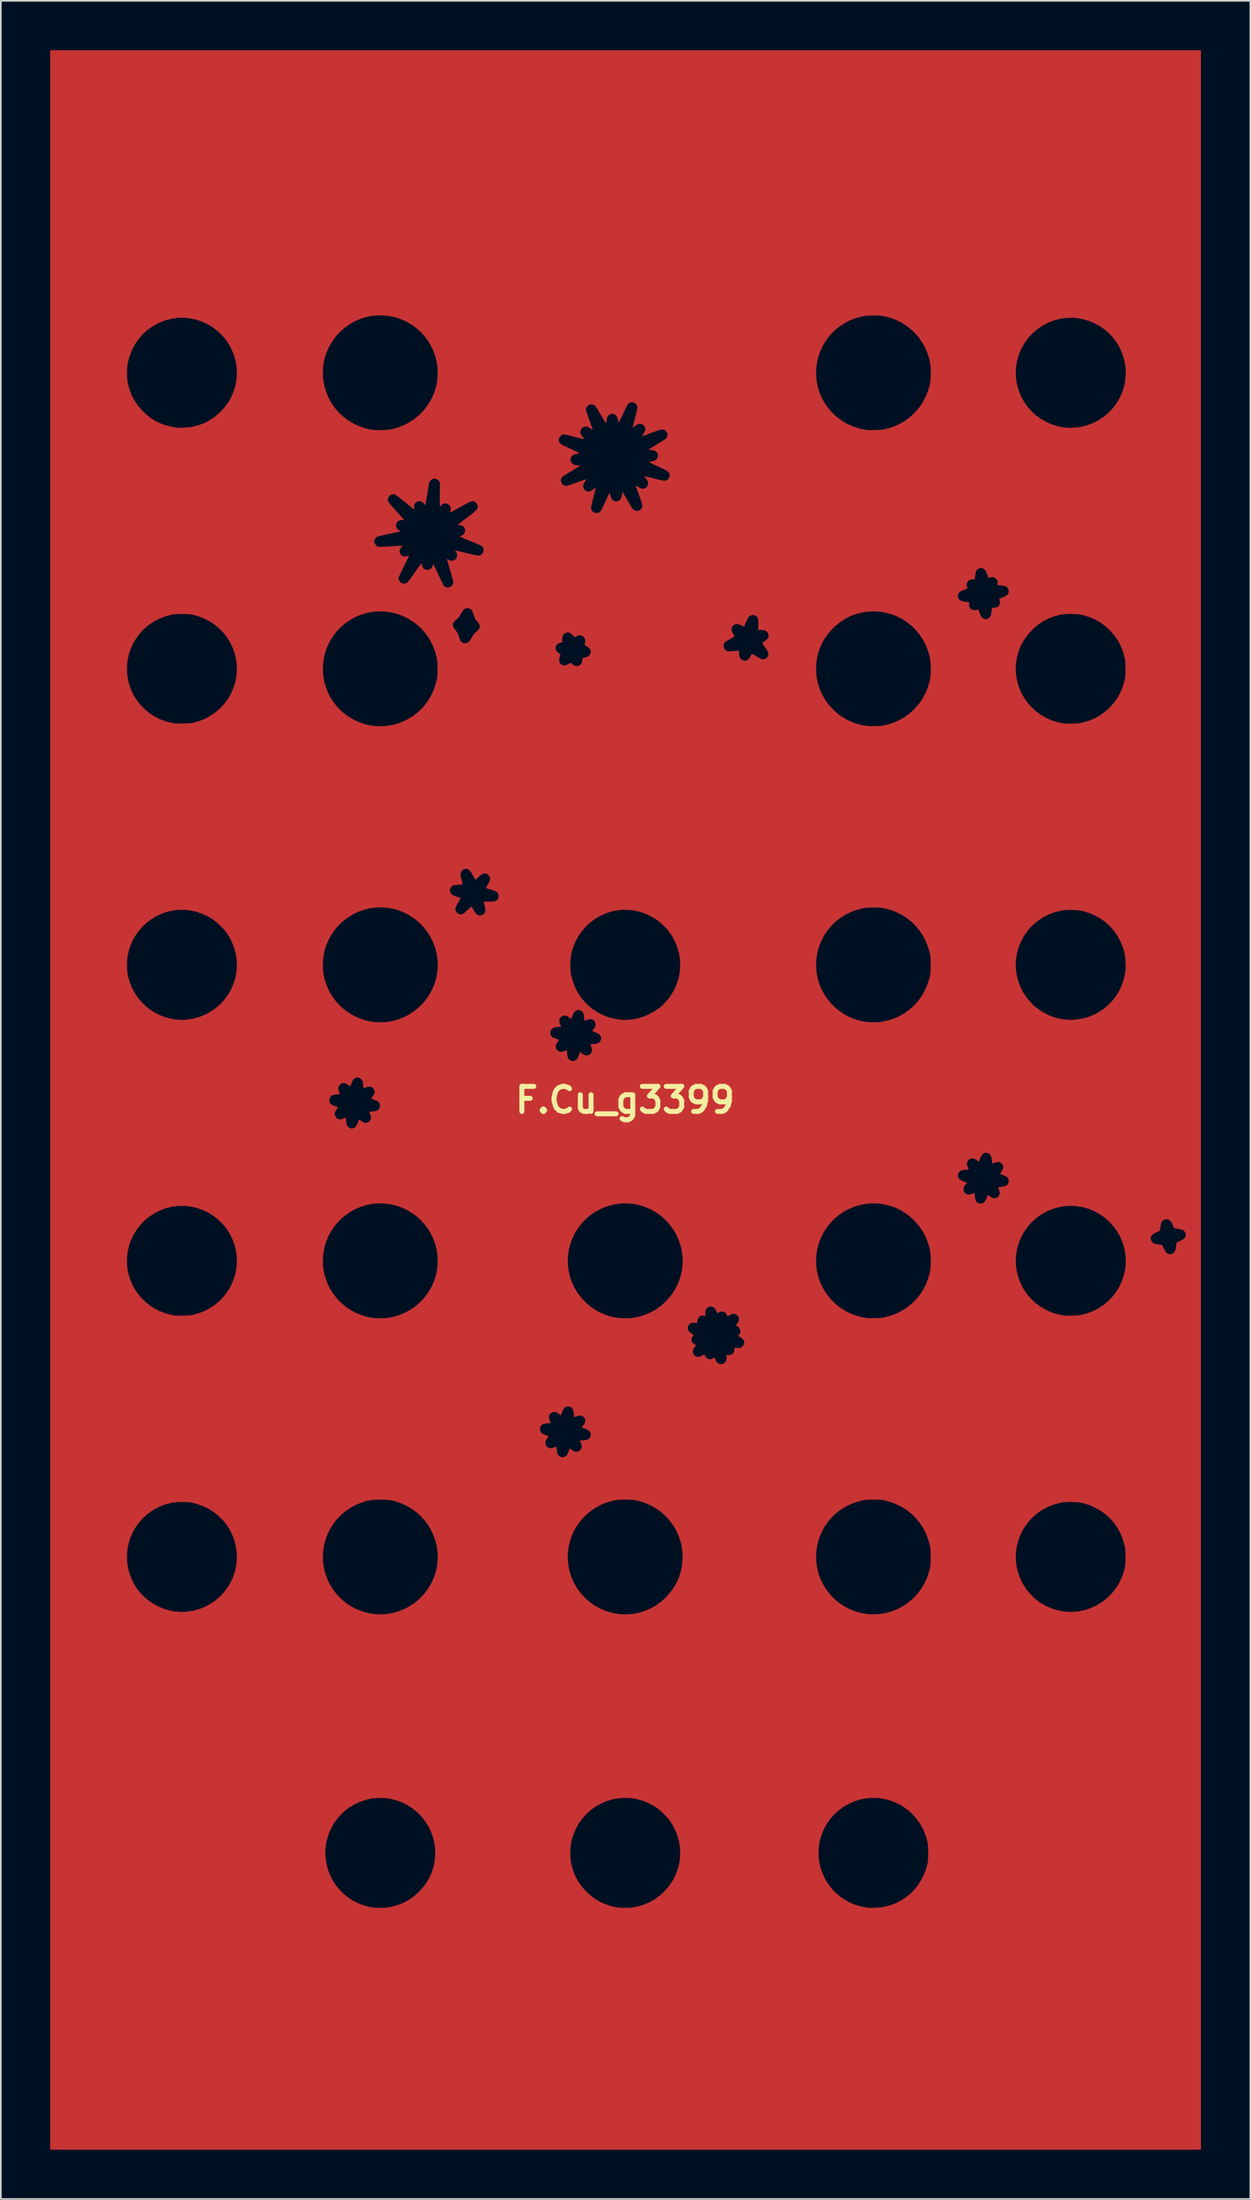
<source format=kicad_pcb>
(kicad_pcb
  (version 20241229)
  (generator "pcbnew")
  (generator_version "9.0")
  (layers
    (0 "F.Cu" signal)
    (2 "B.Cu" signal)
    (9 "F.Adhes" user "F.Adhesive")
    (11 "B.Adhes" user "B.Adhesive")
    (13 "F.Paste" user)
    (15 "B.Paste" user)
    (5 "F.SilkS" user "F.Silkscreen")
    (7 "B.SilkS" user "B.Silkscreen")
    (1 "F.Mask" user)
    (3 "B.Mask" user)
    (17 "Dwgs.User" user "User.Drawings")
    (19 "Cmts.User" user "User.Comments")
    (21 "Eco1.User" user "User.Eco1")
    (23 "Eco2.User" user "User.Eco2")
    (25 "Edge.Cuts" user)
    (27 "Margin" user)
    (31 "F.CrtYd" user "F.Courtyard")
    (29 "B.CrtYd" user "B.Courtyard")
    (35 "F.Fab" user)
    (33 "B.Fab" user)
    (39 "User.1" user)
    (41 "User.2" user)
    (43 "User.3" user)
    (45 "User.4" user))
  (footprint "F.Cu_g3399"
    (layer "F.Cu")
    (at 34.972 63.844)
    (property "Reference" "F.Cu_g3399" (at 0 0 0) (layer "F.SilkS") (effects (font (size 1.524 1.524) (thickness 0.3))))
    (attr through_hole)
    (fp_poly (pts (xy 35.031 63.818) (xy -34.967 63.818) (xy -34.967 45.602) (xy -18.237 45.602) (xy -18.235 45.96) (xy -18.229 46.044) (xy -18.174 46.423) (xy -18.08 46.787) (xy -17.948 47.134) (xy -17.78 47.462) (xy -17.577 47.769) (xy -17.34 48.054) (xy -17.07 48.312) (xy -16.77 48.544) (xy -16.569 48.673) (xy -16.338 48.795) (xy -16.081 48.904) (xy -15.811 48.996) (xy -15.544 49.065) (xy -15.322 49.103) (xy -15.175 49.116) (xy -15.004 49.123) (xy -14.825 49.124) (xy -14.655 49.119) (xy -14.509 49.107) (xy -14.499 49.106) (xy -14.127 49.039) (xy -13.769 48.933) (xy -13.428 48.789) (xy -13.105 48.607) (xy -12.802 48.389) (xy -12.526 48.139) (xy -12.274 47.86) (xy -12.062 47.57) (xy -11.887 47.264) (xy -11.747 46.939) (xy -11.64 46.59) (xy -11.596 46.394) (xy -11.57 46.225) (xy -11.554 46.03) (xy -11.546 45.82) (xy -11.547 45.739) (xy -3.335 45.739) (xy -3.331 45.957) (xy -3.317 46.166) (xy -3.293 46.351) (xy -3.286 46.387) (xy -3.236 46.598) (xy -3.17 46.82) (xy -3.094 47.034) (xy -3.032 47.182) (xy -2.876 47.476) (xy -2.684 47.76) (xy -2.459 48.029) (xy -2.208 48.277) (xy -1.935 48.498) (xy -1.644 48.688) (xy -1.627 48.698) (xy -1.375 48.825) (xy -1.097 48.936) (xy -0.809 49.025) (xy -0.525 49.087) (xy -0.413 49.104) (xy -0.267 49.117) (xy -0.095 49.123) (xy 0.085 49.124) (xy 0.259 49.118) (xy 0.409 49.105) (xy 0.413 49.105) (xy 0.78 49.039) (xy 1.134 48.933) (xy 1.473 48.789) (xy 1.795 48.606) (xy 2.1 48.385) (xy 2.385 48.128) (xy 2.437 48.075) (xy 2.677 47.794) (xy 2.882 47.494) (xy 3.051 47.178) (xy 3.183 46.847) (xy 3.279 46.507) (xy 3.338 46.159) (xy 3.36 45.807) (xy 3.351 45.621) (xy 11.766 45.621) (xy 11.769 45.977) (xy 11.81 46.331) (xy 11.888 46.68) (xy 12.004 47.021) (xy 12.158 47.35) (xy 12.349 47.665) (xy 12.554 47.936) (xy 12.795 48.192) (xy 13.066 48.423) (xy 13.36 48.626) (xy 13.673 48.798) (xy 13.999 48.935) (xy 14.333 49.034) (xy 14.52 49.072) (xy 14.614 49.088) (xy 14.697 49.102) (xy 14.757 49.112) (xy 14.774 49.115) (xy 14.846 49.122) (xy 14.951 49.124) (xy 15.079 49.123) (xy 15.221 49.117) (xy 15.367 49.109) (xy 15.508 49.098) (xy 15.634 49.084) (xy 15.736 49.069) (xy 15.754 49.066) (xy 16.118 48.972) (xy 16.463 48.841) (xy 16.789 48.675) (xy 17.093 48.476) (xy 17.372 48.246) (xy 17.625 47.986) (xy 17.849 47.7) (xy 18.043 47.389) (xy 18.205 47.054) (xy 18.333 46.699) (xy 18.399 46.445) (xy 18.415 46.367) (xy 18.427 46.292) (xy 18.435 46.212) (xy 18.441 46.118) (xy 18.444 46.001) (xy 18.446 45.855) (xy 18.446 45.783) (xy 18.444 45.579) (xy 18.437 45.407) (xy 18.423 45.255) (xy 18.401 45.114) (xy 18.368 44.974) (xy 18.323 44.822) (xy 18.275 44.677) (xy 18.135 44.337) (xy 17.961 44.019) (xy 17.757 43.726) (xy 17.525 43.458) (xy 17.268 43.218) (xy 16.989 43.006) (xy 16.69 42.825) (xy 16.374 42.676) (xy 16.045 42.559) (xy 15.704 42.478) (xy 15.355 42.433) (xy 15 42.426) (xy 14.642 42.459) (xy 14.317 42.523) (xy 13.955 42.636) (xy 13.612 42.786) (xy 13.289 42.97) (xy 12.99 43.188) (xy 12.716 43.438) (xy 12.471 43.718) (xy 12.326 43.918) (xy 12.137 44.238) (xy 11.986 44.572) (xy 11.874 44.915) (xy 11.801 45.266) (xy 11.766 45.621) (xy 3.351 45.621) (xy 3.344 45.454) (xy 3.291 45.103) (xy 3.2 44.757) (xy 3.072 44.419) (xy 2.905 44.092) (xy 2.745 43.842) (xy 2.648 43.717) (xy 2.526 43.577) (xy 2.387 43.431) (xy 2.242 43.29) (xy 2.099 43.162) (xy 1.967 43.057) (xy 1.937 43.035) (xy 1.78 42.934) (xy 1.598 42.832) (xy 1.403 42.735) (xy 1.211 42.651) (xy 1.044 42.589) (xy 0.679 42.492) (xy 0.311 42.438) (xy -0.058 42.425) (xy -0.426 42.453) (xy -0.789 42.523) (xy -1.146 42.634) (xy -1.429 42.754) (xy -1.759 42.935) (xy -2.062 43.147) (xy -2.338 43.39) (xy -2.584 43.662) (xy -2.8 43.96) (xy -2.983 44.283) (xy -3.133 44.629) (xy -3.248 44.996) (xy -3.283 45.148) (xy -3.311 45.321) (xy -3.328 45.522) (xy -3.335 45.739) (xy -11.547 45.739) (xy -11.548 45.61) (xy -11.559 45.411) (xy -11.579 45.237) (xy -11.587 45.191) (xy -11.678 44.824) (xy -11.806 44.476) (xy -11.969 44.147) (xy -12.164 43.839) (xy -12.39 43.556) (xy -12.644 43.299) (xy -12.924 43.07) (xy -13.228 42.872) (xy -13.553 42.707) (xy -13.898 42.577) (xy -14.26 42.483) (xy -14.351 42.466) (xy -14.501 42.447) (xy -14.679 42.436) (xy -14.87 42.431) (xy -15.062 42.434) (xy -15.242 42.444) (xy -15.397 42.462) (xy -15.431 42.467) (xy -15.81 42.556) (xy -16.168 42.682) (xy -16.506 42.844) (xy -16.823 43.043) (xy -17.118 43.279) (xy -17.201 43.355) (xy -17.451 43.621) (xy -17.669 43.911) (xy -17.855 44.223) (xy -18.006 44.551) (xy -18.121 44.893) (xy -18.198 45.245) (xy -18.237 45.602) (xy -34.967 45.602) (xy -34.967 27.686) (xy -30.305 27.686) (xy -30.296 28.036) (xy -30.25 28.386) (xy -30.167 28.732) (xy -30.045 29.072) (xy -29.884 29.403) (xy -29.774 29.587) (xy -29.562 29.879) (xy -29.321 30.144) (xy -29.054 30.382) (xy -28.764 30.591) (xy -28.454 30.768) (xy -28.129 30.912) (xy -27.792 31.021) (xy -27.446 31.094) (xy -27.095 31.128) (xy -26.743 31.123) (xy -26.652 31.115) (xy -26.27 31.054) (xy -25.905 30.955) (xy -25.558 30.819) (xy -25.232 30.647) (xy -24.929 30.441) (xy -24.649 30.201) (xy -24.395 29.929) (xy -24.169 29.626) (xy -23.978 29.304) (xy -23.827 28.974) (xy -23.716 28.632) (xy -23.643 28.282) (xy -23.609 27.927) (xy -23.612 27.622) (xy -18.387 27.622) (xy -18.384 27.996) (xy -18.339 28.366) (xy -18.255 28.73) (xy -18.133 29.084) (xy -17.973 29.424) (xy -17.778 29.747) (xy -17.548 30.049) (xy -17.474 30.134) (xy -17.211 30.393) (xy -16.923 30.622) (xy -16.611 30.82) (xy -16.282 30.984) (xy -15.938 31.114) (xy -15.583 31.207) (xy -15.222 31.263) (xy -14.858 31.279) (xy -14.563 31.263) (xy -14.18 31.202) (xy -13.811 31.103) (xy -13.459 30.967) (xy -13.126 30.796) (xy -12.814 30.59) (xy -12.526 30.353) (xy -12.264 30.085) (xy -12.03 29.788) (xy -11.827 29.464) (xy -11.726 29.268) (xy -11.582 28.92) (xy -11.479 28.567) (xy -11.415 28.21) (xy -11.395 27.932) (xy -3.487 27.932) (xy -3.454 28.284) (xy -3.384 28.634) (xy -3.277 28.977) (xy -3.133 29.312) (xy -2.952 29.636) (xy -2.733 29.945) (xy -2.665 30.028) (xy -2.41 30.3) (xy -2.126 30.543) (xy -1.818 30.756) (xy -1.49 30.934) (xy -1.147 31.078) (xy -0.791 31.182) (xy -0.607 31.22) (xy -0.501 31.238) (xy -0.399 31.254) (xy -0.317 31.266) (xy -0.275 31.271) (xy -0.18 31.276) (xy -0.054 31.276) (xy 0.09 31.272) (xy 0.239 31.265) (xy 0.383 31.255) (xy 0.508 31.242) (xy 0.582 31.232) (xy 0.951 31.148) (xy 1.303 31.028) (xy 1.636 30.873) (xy 1.948 30.686) (xy 2.238 30.469) (xy 2.503 30.225) (xy 2.742 29.957) (xy 2.952 29.666) (xy 3.131 29.355) (xy 3.279 29.026) (xy 3.391 28.682) (xy 3.468 28.326) (xy 3.506 27.959) (xy 3.507 27.699) (xy 11.614 27.699) (xy 11.625 28.06) (xy 11.674 28.419) (xy 11.759 28.772) (xy 11.882 29.116) (xy 12.041 29.449) (xy 12.238 29.768) (xy 12.471 30.069) (xy 12.495 30.096) (xy 12.755 30.36) (xy 13.042 30.594) (xy 13.351 30.796) (xy 13.679 30.965) (xy 14.022 31.099) (xy 14.376 31.197) (xy 14.737 31.258) (xy 15.102 31.278) (xy 15.434 31.262) (xy 15.818 31.202) (xy 16.189 31.103) (xy 16.543 30.967) (xy 16.878 30.794) (xy 17.192 30.586) (xy 17.483 30.344) (xy 17.749 30.07) (xy 17.986 29.766) (xy 18.04 29.686) (xy 18.214 29.393) (xy 18.356 29.09) (xy 18.469 28.767) (xy 18.534 28.522) (xy 18.554 28.437) (xy 18.568 28.365) (xy 18.579 28.296) (xy 18.586 28.223) (xy 18.59 28.138) (xy 18.593 28.032) (xy 18.594 27.898) (xy 18.594 27.781) (xy 18.593 27.63) (xy 23.766 27.63) (xy 23.768 27.987) (xy 23.81 28.342) (xy 23.889 28.691) (xy 24.007 29.032) (xy 24.163 29.361) (xy 24.356 29.676) (xy 24.425 29.771) (xy 24.668 30.062) (xy 24.939 30.321) (xy 25.233 30.547) (xy 25.551 30.738) (xy 25.889 30.893) (xy 26.246 31.011) (xy 26.619 31.092) (xy 26.786 31.114) (xy 26.926 31.124) (xy 27.093 31.126) (xy 27.272 31.121) (xy 27.451 31.108) (xy 27.613 31.09) (xy 27.654 31.084) (xy 27.997 31.008) (xy 28.335 30.892) (xy 28.661 30.741) (xy 28.97 30.556) (xy 29.255 30.342) (xy 29.406 30.208) (xy 29.669 29.929) (xy 29.894 29.636) (xy 30.081 29.326) (xy 30.232 28.996) (xy 30.307 28.786) (xy 30.353 28.634) (xy 30.388 28.498) (xy 30.414 28.37) (xy 30.431 28.237) (xy 30.442 28.092) (xy 30.447 27.923) (xy 30.447 27.76) (xy 30.447 27.607) (xy 30.445 27.487) (xy 30.441 27.392) (xy 30.435 27.312) (xy 30.424 27.239) (xy 30.41 27.163) (xy 30.391 27.077) (xy 30.387 27.063) (xy 30.279 26.691) (xy 30.136 26.34) (xy 29.959 26.013) (xy 29.75 25.711) (xy 29.509 25.436) (xy 29.238 25.189) (xy 28.938 24.972) (xy 28.611 24.787) (xy 28.586 24.775) (xy 28.387 24.683) (xy 28.206 24.61) (xy 28.028 24.552) (xy 27.837 24.502) (xy 27.762 24.485) (xy 27.679 24.468) (xy 27.6 24.456) (xy 27.517 24.448) (xy 27.419 24.442) (xy 27.299 24.44) (xy 27.147 24.439) (xy 27.114 24.439) (xy 26.956 24.439) (xy 26.831 24.442) (xy 26.73 24.446) (xy 26.645 24.454) (xy 26.565 24.466) (xy 26.482 24.482) (xy 26.458 24.487) (xy 26.086 24.588) (xy 25.733 24.725) (xy 25.402 24.898) (xy 25.094 25.105) (xy 24.812 25.344) (xy 24.557 25.616) (xy 24.33 25.918) (xy 24.329 25.919) (xy 24.139 26.241) (xy 23.988 26.576) (xy 23.875 26.922) (xy 23.801 27.274) (xy 23.766 27.63) (xy 18.593 27.63) (xy 18.593 27.616) (xy 18.591 27.485) (xy 18.588 27.381) (xy 18.582 27.295) (xy 18.573 27.219) (xy 18.56 27.146) (xy 18.547 27.08) (xy 18.443 26.701) (xy 18.303 26.342) (xy 18.129 26.006) (xy 17.922 25.693) (xy 17.684 25.406) (xy 17.417 25.146) (xy 17.123 24.916) (xy 16.803 24.716) (xy 16.46 24.549) (xy 16.095 24.417) (xy 15.79 24.338) (xy 15.708 24.322) (xy 15.631 24.309) (xy 15.551 24.301) (xy 15.459 24.295) (xy 15.347 24.292) (xy 15.206 24.29) (xy 15.113 24.29) (xy 14.952 24.291) (xy 14.825 24.293) (xy 14.723 24.297) (xy 14.638 24.304) (xy 14.56 24.314) (xy 14.482 24.329) (xy 14.436 24.338) (xy 14.055 24.441) (xy 13.692 24.581) (xy 13.351 24.755) (xy 13.033 24.964) (xy 12.74 25.204) (xy 12.475 25.476) (xy 12.334 25.647) (xy 12.12 25.96) (xy 11.943 26.289) (xy 11.805 26.63) (xy 11.704 26.981) (xy 11.64 27.338) (xy 11.614 27.699) (xy 3.507 27.699) (xy 3.507 27.633) (xy 3.469 27.252) (xy 3.392 26.883) (xy 3.277 26.528) (xy 3.127 26.19) (xy 2.943 25.871) (xy 2.726 25.574) (xy 2.48 25.301) (xy 2.206 25.054) (xy 1.905 24.837) (xy 1.58 24.651) (xy 1.232 24.498) (xy 1.069 24.441) (xy 0.903 24.391) (xy 0.755 24.352) (xy 0.614 24.324) (xy 0.469 24.306) (xy 0.31 24.295) (xy 0.127 24.29) (xy 0 24.289) (xy -0.158 24.29) (xy -0.284 24.292) (xy -0.385 24.297) (xy -0.471 24.305) (xy -0.552 24.317) (xy -0.637 24.333) (xy -0.661 24.338) (xy -1.029 24.434) (xy -1.371 24.562) (xy -1.694 24.723) (xy -1.915 24.859) (xy -2.222 25.087) (xy -2.497 25.341) (xy -2.74 25.617) (xy -2.949 25.912) (xy -3.125 26.224) (xy -3.267 26.549) (xy -3.374 26.885) (xy -3.447 27.23) (xy -3.485 27.58) (xy -3.487 27.932) (xy -11.395 27.932) (xy -11.389 27.853) (xy -11.4 27.498) (xy -11.447 27.149) (xy -11.528 26.807) (xy -11.643 26.475) (xy -11.791 26.157) (xy -11.97 25.853) (xy -12.179 25.568) (xy -12.417 25.304) (xy -12.683 25.063) (xy -12.976 24.849) (xy -13.294 24.663) (xy -13.637 24.508) (xy -13.798 24.45) (xy -13.959 24.399) (xy -14.102 24.359) (xy -14.238 24.33) (xy -14.376 24.31) (xy -14.527 24.298) (xy -14.701 24.292) (xy -14.891 24.291) (xy -15.089 24.292) (xy -15.255 24.299) (xy -15.399 24.311) (xy -15.532 24.33) (xy -15.664 24.358) (xy -15.806 24.397) (xy -15.966 24.448) (xy -15.997 24.458) (xy -16.35 24.598) (xy -16.682 24.773) (xy -16.99 24.98) (xy -17.273 25.218) (xy -17.528 25.482) (xy -17.754 25.771) (xy -17.949 26.083) (xy -18.111 26.414) (xy -18.238 26.763) (xy -18.328 27.126) (xy -18.379 27.501) (xy -18.387 27.622) (xy -23.612 27.622) (xy -23.612 27.572) (xy -23.653 27.219) (xy -23.731 26.872) (xy -23.845 26.534) (xy -23.996 26.209) (xy -24.182 25.9) (xy -24.403 25.61) (xy -24.477 25.527) (xy -24.749 25.26) (xy -25.043 25.029) (xy -25.36 24.834) (xy -25.7 24.673) (xy -26.065 24.547) (xy -26.352 24.475) (xy -26.478 24.456) (xy -26.634 24.443) (xy -26.811 24.436) (xy -26.998 24.436) (xy -27.184 24.441) (xy -27.359 24.452) (xy -27.512 24.469) (xy -27.609 24.486) (xy -27.979 24.587) (xy -28.329 24.722) (xy -28.653 24.89) (xy -28.807 24.987) (xy -29.106 25.211) (xy -29.373 25.462) (xy -29.608 25.734) (xy -29.81 26.027) (xy -29.979 26.337) (xy -30.113 26.66) (xy -30.213 26.995) (xy -30.277 27.338) (xy -30.305 27.686) (xy -34.967 27.686) (xy -34.967 19.996) (xy -5.184 19.996) (xy -5.167 20.105) (xy -5.114 20.206) (xy -5.1 20.223) (xy -5.048 20.269) (xy -4.972 20.313) (xy -4.865 20.358) (xy -4.847 20.365) (xy -4.765 20.397) (xy -4.701 20.426) (xy -4.663 20.447) (xy -4.657 20.455) (xy -4.669 20.481) (xy -4.701 20.527) (xy -4.727 20.561) (xy -4.79 20.644) (xy -4.828 20.71) (xy -4.846 20.773) (xy -4.851 20.838) (xy -4.832 20.956) (xy -4.777 21.053) (xy -4.689 21.127) (xy -4.591 21.167) (xy -4.542 21.177) (xy -4.493 21.175) (xy -4.43 21.16) (xy -4.348 21.134) (xy -4.273 21.109) (xy -4.214 21.092) (xy -4.183 21.085) (xy -4.18 21.086) (xy -4.175 21.109) (xy -4.167 21.165) (xy -4.157 21.244) (xy -4.151 21.301) (xy -4.139 21.405) (xy -4.125 21.478) (xy -4.106 21.531) (xy -4.08 21.574) (xy -4.075 21.581) (xy -3.986 21.668) (xy -3.884 21.716) (xy -3.775 21.723) (xy -3.662 21.69) (xy -3.626 21.671) (xy -3.568 21.626) (xy -3.518 21.56) (xy -3.471 21.467) (xy -3.429 21.357) (xy -3.402 21.285) (xy -3.379 21.229) (xy -3.364 21.202) (xy -3.341 21.204) (xy -3.296 21.229) (xy -3.241 21.269) (xy -3.125 21.347) (xy -3.021 21.387) (xy -2.922 21.391) (xy -2.823 21.358) (xy -2.782 21.335) (xy -2.721 21.279) (xy -2.668 21.198) (xy -2.633 21.111) (xy -2.625 21.054) (xy -2.633 21.004) (xy -2.653 20.933) (xy -2.678 20.866) (xy -2.705 20.797) (xy -2.724 20.744) (xy -2.731 20.719) (xy -2.712 20.708) (xy -2.663 20.702) (xy -2.63 20.701) (xy -2.489 20.693) (xy -2.363 20.67) (xy -2.261 20.636) (xy -2.211 20.607) (xy -2.146 20.536) (xy -2.1 20.443) (xy -2.08 20.346) (xy -2.083 20.292) (xy -2.104 20.217) (xy -2.14 20.154) (xy -2.197 20.097) (xy -2.278 20.044) (xy -2.391 19.991) (xy -2.538 19.932) (xy -2.561 19.924) (xy -2.631 19.898) (xy -2.557 19.807) (xy -2.472 19.689) (xy -2.425 19.584) (xy -2.414 19.486) (xy -2.437 19.39) (xy -2.46 19.343) (xy -2.533 19.249) (xy -2.624 19.192) (xy -2.735 19.174) (xy -2.865 19.193) (xy -2.957 19.225) (xy -3.089 19.279) (xy -3.099 19.212) (xy -3.106 19.156) (xy -3.114 19.076) (xy -3.12 19.001) (xy -3.146 18.863) (xy -3.199 18.754) (xy -3.276 18.676) (xy -3.376 18.632) (xy -3.458 18.623) (xy -3.555 18.633) (xy -3.634 18.665) (xy -3.702 18.725) (xy -3.762 18.816) (xy -3.82 18.944) (xy -3.833 18.978) (xy -3.863 19.056) (xy -3.889 19.117) (xy -3.905 19.151) (xy -3.908 19.156) (xy -3.927 19.144) (xy -3.972 19.113) (xy -4.033 19.07) (xy -4.044 19.061) (xy -4.148 18.993) (xy -4.237 18.957) (xy -4.32 18.951) (xy -4.406 18.972) (xy -4.411 18.974) (xy -4.519 19.034) (xy -4.592 19.115) (xy -4.629 19.217) (xy -4.628 19.338) (xy -4.591 19.475) (xy -4.583 19.494) (xy -4.555 19.56) (xy -4.536 19.609) (xy -4.53 19.628) (xy -4.549 19.633) (xy -4.602 19.64) (xy -4.678 19.648) (xy -4.723 19.651) (xy -4.852 19.665) (xy -4.948 19.685) (xy -5.02 19.714) (xy -5.078 19.757) (xy -5.107 19.789) (xy -5.163 19.887) (xy -5.184 19.996) (xy -34.967 19.996) (xy -34.967 13.864) (xy 3.81 13.864) (xy 3.817 13.941) (xy 3.842 14.009) (xy 3.889 14.073) (xy 3.962 14.139) (xy 4.068 14.212) (xy 4.141 14.257) (xy 4.164 14.276) (xy 4.16 14.296) (xy 4.13 14.331) (xy 4.089 14.383) (xy 4.062 14.432) (xy 4.045 14.515) (xy 4.047 14.61) (xy 4.068 14.695) (xy 4.075 14.711) (xy 4.12 14.771) (xy 4.187 14.832) (xy 4.259 14.878) (xy 4.281 14.887) (xy 4.298 14.898) (xy 4.297 14.919) (xy 4.275 14.957) (xy 4.231 15.02) (xy 4.226 15.027) (xy 4.153 15.144) (xy 4.118 15.25) (xy 4.122 15.35) (xy 4.162 15.45) (xy 4.189 15.491) (xy 4.268 15.569) (xy 4.365 15.611) (xy 4.477 15.614) (xy 4.601 15.58) (xy 4.673 15.546) (xy 4.74 15.511) (xy 4.791 15.487) (xy 4.817 15.478) (xy 4.818 15.479) (xy 4.831 15.5) (xy 4.857 15.547) (xy 4.875 15.58) (xy 4.944 15.673) (xy 5.034 15.735) (xy 5.135 15.765) (xy 5.239 15.761) (xy 5.338 15.719) (xy 5.343 15.716) (xy 5.393 15.684) (xy 5.429 15.665) (xy 5.436 15.663) (xy 5.451 15.681) (xy 5.475 15.729) (xy 5.501 15.789) (xy 5.549 15.89) (xy 5.604 15.962) (xy 5.676 16.017) (xy 5.704 16.033) (xy 5.792 16.059) (xy 5.893 16.056) (xy 5.99 16.026) (xy 6.039 15.996) (xy 6.112 15.923) (xy 6.157 15.833) (xy 6.178 15.717) (xy 6.181 15.649) (xy 6.181 15.504) (xy 6.313 15.504) (xy 6.399 15.5) (xy 6.46 15.486) (xy 6.513 15.456) (xy 6.515 15.455) (xy 6.594 15.376) (xy 6.646 15.276) (xy 6.664 15.169) (xy 6.662 15.141) (xy 6.657 15.085) (xy 6.664 15.06) (xy 6.685 15.057) (xy 6.697 15.059) (xy 6.838 15.08) (xy 6.951 15.08) (xy 7.041 15.057) (xy 7.118 15.008) (xy 7.16 14.967) (xy 7.229 14.866) (xy 7.256 14.762) (xy 7.244 14.66) (xy 7.193 14.561) (xy 7.105 14.471) (xy 6.981 14.392) (xy 6.979 14.391) (xy 6.925 14.363) (xy 6.89 14.344) (xy 6.883 14.34) (xy 6.892 14.323) (xy 6.921 14.287) (xy 6.931 14.276) (xy 6.974 14.215) (xy 7.007 14.143) (xy 7.01 14.136) (xy 7.02 14.033) (xy 6.995 13.929) (xy 6.941 13.836) (xy 6.862 13.765) (xy 6.823 13.745) (xy 6.776 13.723) (xy 6.753 13.706) (xy 6.752 13.704) (xy 6.763 13.682) (xy 6.793 13.636) (xy 6.835 13.575) (xy 6.839 13.569) (xy 6.908 13.453) (xy 6.939 13.348) (xy 6.932 13.25) (xy 6.898 13.167) (xy 6.823 13.071) (xy 6.727 13.011) (xy 6.612 12.988) (xy 6.602 12.988) (xy 6.534 12.994) (xy 6.468 13.016) (xy 6.388 13.058) (xy 6.372 13.068) (xy 6.308 13.107) (xy 6.259 13.133) (xy 6.236 13.142) (xy 6.236 13.141) (xy 6.225 13.119) (xy 6.206 13.073) (xy 6.204 13.068) (xy 6.144 12.968) (xy 6.061 12.897) (xy 5.962 12.856) (xy 5.855 12.848) (xy 5.75 12.876) (xy 5.69 12.911) (xy 5.647 12.94) (xy 5.622 12.951) (xy 5.62 12.951) (xy 5.609 12.929) (xy 5.584 12.88) (xy 5.552 12.812) (xy 5.546 12.8) (xy 5.481 12.686) (xy 5.409 12.609) (xy 5.325 12.566) (xy 5.221 12.552) (xy 5.216 12.552) (xy 5.1 12.569) (xy 5.006 12.623) (xy 4.93 12.714) (xy 4.914 12.743) (xy 4.887 12.802) (xy 4.875 12.857) (xy 4.874 12.924) (xy 4.878 12.982) (xy 4.884 13.058) (xy 4.883 13.1) (xy 4.875 13.116) (xy 4.856 13.115) (xy 4.842 13.111) (xy 4.754 13.097) (xy 4.655 13.106) (xy 4.575 13.132) (xy 4.492 13.196) (xy 4.431 13.283) (xy 4.396 13.383) (xy 4.395 13.482) (xy 4.395 13.484) (xy 4.407 13.544) (xy 4.216 13.54) (xy 4.121 13.539) (xy 4.056 13.544) (xy 4.011 13.554) (xy 3.975 13.573) (xy 3.965 13.58) (xy 3.875 13.669) (xy 3.823 13.773) (xy 3.81 13.864) (xy -34.967 13.864) (xy -34.967 9.88) (xy -30.307 9.88) (xy -30.278 10.223) (xy -30.214 10.562) (xy -30.115 10.894) (xy -29.981 11.215) (xy -29.812 11.523) (xy -29.609 11.815) (xy -29.373 12.089) (xy -29.103 12.341) (xy -28.834 12.547) (xy -28.57 12.708) (xy -28.28 12.85) (xy -27.977 12.965) (xy -27.675 13.048) (xy -27.626 13.059) (xy -27.521 13.079) (xy -27.437 13.095) (xy -27.362 13.105) (xy -27.288 13.112) (xy -27.206 13.115) (xy -27.106 13.115) (xy -26.979 13.114) (xy -26.882 13.112) (xy -26.71 13.108) (xy -26.57 13.101) (xy -26.453 13.09) (xy -26.35 13.074) (xy -26.286 13.061) (xy -25.925 12.963) (xy -25.585 12.831) (xy -25.268 12.667) (xy -24.974 12.473) (xy -24.705 12.252) (xy -24.463 12.007) (xy -24.248 11.74) (xy -24.061 11.454) (xy -23.905 11.152) (xy -23.78 10.835) (xy -23.688 10.507) (xy -23.629 10.169) (xy -23.606 9.825) (xy -23.611 9.689) (xy -18.389 9.689) (xy -18.379 10.056) (xy -18.331 10.418) (xy -18.244 10.774) (xy -18.12 11.119) (xy -17.96 11.452) (xy -17.762 11.769) (xy -17.529 12.067) (xy -17.362 12.245) (xy -17.074 12.504) (xy -16.764 12.728) (xy -16.433 12.916) (xy -16.084 13.066) (xy -15.72 13.177) (xy -15.417 13.238) (xy -15.27 13.255) (xy -15.094 13.265) (xy -14.904 13.269) (xy -14.713 13.265) (xy -14.534 13.256) (xy -14.383 13.239) (xy -14.381 13.239) (xy -14.008 13.163) (xy -13.648 13.047) (xy -13.304 12.894) (xy -12.98 12.705) (xy -12.676 12.482) (xy -12.396 12.226) (xy -12.143 11.939) (xy -11.918 11.623) (xy -11.903 11.599) (xy -11.728 11.28) (xy -11.589 10.941) (xy -11.485 10.585) (xy -11.419 10.219) (xy -11.392 9.847) (xy -11.393 9.728) (xy -3.489 9.728) (xy -3.475 10.093) (xy -3.423 10.455) (xy -3.353 10.746) (xy -3.228 11.103) (xy -3.065 11.443) (xy -2.867 11.763) (xy -2.635 12.061) (xy -2.372 12.333) (xy -2.08 12.577) (xy -1.762 12.791) (xy -1.71 12.821) (xy -1.392 12.981) (xy -1.053 13.11) (xy -0.704 13.204) (xy -0.519 13.238) (xy -0.372 13.254) (xy -0.197 13.265) (xy -0.008 13.268) (xy 0.181 13.266) (xy 0.358 13.257) (xy 0.508 13.241) (xy 0.519 13.239) (xy 0.891 13.162) (xy 1.248 13.048) (xy 1.588 12.897) (xy 1.907 12.712) (xy 2.205 12.497) (xy 2.478 12.252) (xy 2.724 11.98) (xy 2.941 11.683) (xy 3.127 11.364) (xy 3.279 11.025) (xy 3.396 10.668) (xy 3.461 10.376) (xy 3.506 10.006) (xy 3.508 9.763) (xy 11.612 9.763) (xy 11.628 10.116) (xy 11.68 10.466) (xy 11.769 10.811) (xy 11.894 11.149) (xy 12.055 11.476) (xy 12.254 11.79) (xy 12.49 12.088) (xy 12.534 12.136) (xy 12.809 12.406) (xy 13.108 12.641) (xy 13.431 12.841) (xy 13.776 13.007) (xy 14.144 13.136) (xy 14.533 13.23) (xy 14.7 13.258) (xy 14.741 13.261) (xy 14.816 13.263) (xy 14.918 13.263) (xy 15.039 13.263) (xy 15.171 13.262) (xy 15.177 13.262) (xy 15.343 13.258) (xy 15.477 13.253) (xy 15.587 13.244) (xy 15.683 13.232) (xy 15.775 13.216) (xy 15.799 13.211) (xy 16.174 13.109) (xy 16.531 12.971) (xy 16.866 12.799) (xy 17.178 12.595) (xy 17.465 12.361) (xy 17.725 12.099) (xy 17.956 11.811) (xy 18.156 11.5) (xy 18.322 11.167) (xy 18.454 10.814) (xy 18.548 10.444) (xy 18.565 10.348) (xy 18.589 10.159) (xy 18.602 9.945) (xy 18.604 9.72) (xy 18.602 9.666) (xy 23.764 9.666) (xy 23.772 10.022) (xy 23.818 10.377) (xy 23.902 10.728) (xy 24.026 11.073) (xy 24.188 11.407) (xy 24.26 11.531) (xy 24.464 11.825) (xy 24.701 12.096) (xy 24.967 12.342) (xy 25.258 12.559) (xy 25.57 12.744) (xy 25.899 12.895) (xy 26.24 13.009) (xy 26.452 13.059) (xy 26.556 13.08) (xy 26.639 13.095) (xy 26.71 13.106) (xy 26.779 13.112) (xy 26.854 13.115) (xy 26.945 13.116) (xy 27.062 13.115) (xy 27.178 13.113) (xy 27.347 13.109) (xy 27.483 13.102) (xy 27.597 13.091) (xy 27.699 13.077) (xy 27.776 13.061) (xy 28.143 12.961) (xy 28.491 12.825) (xy 28.817 12.654) (xy 29.12 12.452) (xy 29.397 12.22) (xy 29.647 11.961) (xy 29.868 11.677) (xy 30.058 11.369) (xy 30.214 11.04) (xy 30.335 10.692) (xy 30.419 10.328) (xy 30.436 10.216) (xy 30.45 10.072) (xy 30.457 9.901) (xy 30.457 9.716) (xy 30.451 9.534) (xy 30.438 9.367) (xy 30.427 9.282) (xy 30.35 8.915) (xy 30.235 8.563) (xy 30.177 8.437) (xy 31.972 8.437) (xy 31.999 8.539) (xy 32.058 8.633) (xy 32.098 8.675) (xy 32.147 8.708) (xy 32.211 8.736) (xy 32.299 8.759) (xy 32.416 8.78) (xy 32.56 8.799) (xy 32.662 8.811) (xy 32.779 9.041) (xy 32.833 9.144) (xy 32.876 9.216) (xy 32.913 9.265) (xy 32.95 9.3) (xy 32.985 9.324) (xy 33.093 9.368) (xy 33.202 9.371) (xy 33.28 9.348) (xy 33.35 9.31) (xy 33.405 9.261) (xy 33.448 9.193) (xy 33.482 9.101) (xy 33.509 8.978) (xy 33.529 8.852) (xy 33.554 8.676) (xy 33.785 8.56) (xy 33.904 8.497) (xy 33.989 8.442) (xy 34.047 8.389) (xy 34.085 8.331) (xy 34.108 8.262) (xy 34.113 8.238) (xy 34.111 8.15) (xy 34.081 8.056) (xy 34.03 7.971) (xy 33.985 7.927) (xy 33.947 7.902) (xy 33.899 7.881) (xy 33.835 7.862) (xy 33.748 7.843) (xy 33.63 7.822) (xy 33.557 7.81) (xy 33.405 7.786) (xy 33.336 7.627) (xy 33.266 7.481) (xy 33.198 7.374) (xy 33.127 7.301) (xy 33.049 7.258) (xy 32.96 7.242) (xy 32.903 7.243) (xy 32.785 7.271) (xy 32.693 7.329) (xy 32.632 7.415) (xy 32.614 7.466) (xy 32.594 7.546) (xy 32.575 7.642) (xy 32.564 7.708) (xy 32.529 7.931) (xy 32.317 8.035) (xy 32.195 8.099) (xy 32.107 8.156) (xy 32.045 8.214) (xy 32.004 8.277) (xy 31.98 8.34) (xy 31.972 8.437) (xy 30.177 8.437) (xy 30.08 8.227) (xy 29.888 7.909) (xy 29.659 7.61) (xy 29.412 7.35) (xy 29.128 7.107) (xy 28.824 6.9) (xy 28.504 6.729) (xy 28.17 6.596) (xy 27.826 6.501) (xy 27.474 6.443) (xy 27.117 6.424) (xy 26.76 6.443) (xy 26.403 6.502) (xy 26.051 6.6) (xy 25.707 6.739) (xy 25.593 6.795) (xy 25.312 6.956) (xy 25.056 7.137) (xy 24.812 7.349) (xy 24.752 7.407) (xy 24.502 7.684) (xy 24.288 7.981) (xy 24.109 8.296) (xy 23.968 8.625) (xy 23.863 8.965) (xy 23.795 9.313) (xy 23.764 9.666) (xy 18.602 9.666) (xy 18.596 9.495) (xy 18.577 9.283) (xy 18.548 9.096) (xy 18.536 9.038) (xy 18.427 8.658) (xy 18.286 8.305) (xy 18.112 7.977) (xy 17.904 7.672) (xy 17.66 7.387) (xy 17.645 7.371) (xy 17.358 7.1) (xy 17.055 6.868) (xy 16.736 6.675) (xy 16.399 6.519) (xy 16.043 6.401) (xy 15.666 6.32) (xy 15.378 6.283) (xy 15.031 6.272) (xy 14.679 6.3) (xy 14.326 6.365) (xy 13.979 6.467) (xy 13.643 6.602) (xy 13.323 6.771) (xy 13.038 6.961) (xy 12.743 7.206) (xy 12.482 7.474) (xy 12.254 7.762) (xy 12.06 8.068) (xy 11.901 8.389) (xy 11.776 8.722) (xy 11.686 9.064) (xy 11.631 9.412) (xy 11.612 9.763) (xy 3.508 9.763) (xy 3.51 9.638) (xy 3.475 9.274) (xy 3.402 8.917) (xy 3.293 8.571) (xy 3.149 8.237) (xy 2.972 7.92) (xy 2.763 7.622) (xy 2.524 7.346) (xy 2.257 7.094) (xy 1.962 6.871) (xy 1.642 6.679) (xy 1.535 6.625) (xy 1.181 6.476) (xy 0.818 6.368) (xy 0.448 6.301) (xy 0.075 6.274) (xy -0.299 6.288) (xy -0.671 6.342) (xy -1.037 6.436) (xy -1.395 6.571) (xy -1.507 6.623) (xy -1.84 6.806) (xy -2.148 7.022) (xy -2.43 7.27) (xy -2.683 7.545) (xy -2.906 7.847) (xy -3.096 8.172) (xy -3.253 8.519) (xy -3.373 8.884) (xy -3.406 9.017) (xy -3.466 9.367) (xy -3.489 9.728) (xy -11.393 9.728) (xy -11.394 9.631) (xy -11.43 9.254) (xy -11.504 8.891) (xy -11.614 8.544) (xy -11.759 8.214) (xy -11.934 7.904) (xy -12.14 7.615) (xy -12.372 7.348) (xy -12.629 7.107) (xy -12.909 6.893) (xy -13.209 6.707) (xy -13.527 6.552) (xy -13.861 6.429) (xy -14.209 6.34) (xy -14.568 6.288) (xy -14.936 6.273) (xy -15.311 6.299) (xy -15.399 6.311) (xy -15.766 6.385) (xy -16.121 6.5) (xy -16.462 6.651) (xy -16.784 6.836) (xy -17.085 7.055) (xy -17.362 7.303) (xy -17.612 7.579) (xy -17.831 7.882) (xy -18.017 8.208) (xy -18.034 8.242) (xy -18.183 8.595) (xy -18.292 8.956) (xy -18.36 9.322) (xy -18.389 9.689) (xy -23.611 9.689) (xy -23.618 9.477) (xy -23.669 9.128) (xy -23.758 8.779) (xy -23.888 8.435) (xy -23.929 8.345) (xy -24.105 8.02) (xy -24.313 7.721) (xy -24.549 7.45) (xy -24.812 7.206) (xy -25.097 6.993) (xy -25.402 6.812) (xy -25.724 6.663) (xy -26.061 6.549) (xy -26.409 6.47) (xy -26.764 6.429) (xy -27.126 6.427) (xy -27.49 6.466) (xy -27.62 6.489) (xy -27.967 6.581) (xy -28.305 6.712) (xy -28.629 6.878) (xy -28.934 7.077) (xy -29.215 7.307) (xy -29.466 7.562) (xy -29.481 7.579) (xy -29.711 7.877) (xy -29.903 8.19) (xy -30.058 8.515) (xy -30.175 8.849) (xy -30.256 9.19) (xy -30.299 9.534) (xy -30.307 9.88) (xy -34.967 9.88) (xy -34.967 4.55) (xy 20.247 4.55) (xy 20.252 4.659) (xy 20.254 4.669) (xy 20.293 4.755) (xy 20.364 4.83) (xy 20.469 4.897) (xy 20.595 4.952) (xy 20.675 4.983) (xy 20.738 5.008) (xy 20.776 5.024) (xy 20.782 5.027) (xy 20.773 5.046) (xy 20.744 5.089) (xy 20.7 5.148) (xy 20.687 5.165) (xy 20.635 5.235) (xy 20.604 5.286) (xy 20.589 5.333) (xy 20.585 5.39) (xy 20.585 5.42) (xy 20.59 5.509) (xy 20.61 5.572) (xy 20.628 5.601) (xy 20.715 5.69) (xy 20.812 5.741) (xy 20.924 5.752) (xy 21.053 5.726) (xy 21.104 5.707) (xy 21.188 5.677) (xy 21.239 5.669) (xy 21.253 5.675) (xy 21.261 5.706) (xy 21.269 5.767) (xy 21.276 5.847) (xy 21.278 5.872) (xy 21.287 5.962) (xy 21.301 6.044) (xy 21.318 6.101) (xy 21.321 6.108) (xy 21.393 6.207) (xy 21.485 6.273) (xy 21.59 6.303) (xy 21.701 6.296) (xy 21.791 6.26) (xy 21.855 6.21) (xy 21.913 6.133) (xy 21.968 6.024) (xy 22.019 5.889) (xy 22.044 5.828) (xy 22.067 5.788) (xy 22.079 5.779) (xy 22.107 5.791) (xy 22.155 5.823) (xy 22.19 5.85) (xy 22.27 5.911) (xy 22.333 5.947) (xy 22.392 5.965) (xy 22.459 5.969) (xy 22.577 5.951) (xy 22.673 5.896) (xy 22.744 5.811) (xy 22.785 5.715) (xy 22.793 5.615) (xy 22.769 5.5) (xy 22.744 5.43) (xy 22.718 5.365) (xy 22.701 5.318) (xy 22.698 5.299) (xy 22.72 5.295) (xy 22.774 5.289) (xy 22.85 5.282) (xy 22.882 5.279) (xy 23.041 5.257) (xy 23.164 5.217) (xy 23.253 5.158) (xy 23.31 5.077) (xy 23.34 4.972) (xy 23.342 4.951) (xy 23.343 4.875) (xy 23.326 4.811) (xy 23.297 4.756) (xy 23.264 4.706) (xy 23.225 4.666) (xy 23.172 4.632) (xy 23.097 4.596) (xy 22.991 4.555) (xy 22.976 4.55) (xy 22.907 4.523) (xy 22.854 4.499) (xy 22.83 4.486) (xy 22.832 4.461) (xy 22.858 4.413) (xy 22.901 4.351) (xy 22.978 4.229) (xy 23.013 4.114) (xy 23.007 4.007) (xy 22.96 3.908) (xy 22.901 3.843) (xy 22.813 3.78) (xy 22.722 3.753) (xy 22.62 3.76) (xy 22.532 3.787) (xy 22.46 3.813) (xy 22.4 3.834) (xy 22.37 3.845) (xy 22.353 3.845) (xy 22.341 3.827) (xy 22.332 3.784) (xy 22.324 3.709) (xy 22.32 3.669) (xy 22.298 3.509) (xy 22.256 3.385) (xy 22.194 3.294) (xy 22.11 3.234) (xy 22.006 3.203) (xy 21.898 3.204) (xy 21.802 3.243) (xy 21.719 3.321) (xy 21.647 3.439) (xy 21.602 3.546) (xy 21.573 3.625) (xy 21.548 3.688) (xy 21.531 3.725) (xy 21.529 3.73) (xy 21.506 3.726) (xy 21.463 3.701) (xy 21.42 3.67) (xy 21.329 3.602) (xy 21.257 3.56) (xy 21.191 3.541) (xy 21.122 3.538) (xy 21.102 3.54) (xy 20.987 3.57) (xy 20.893 3.635) (xy 20.827 3.732) (xy 20.826 3.734) (xy 20.799 3.805) (xy 20.789 3.867) (xy 20.798 3.934) (xy 20.826 4.02) (xy 20.841 4.057) (xy 20.866 4.126) (xy 20.882 4.179) (xy 20.885 4.204) (xy 20.885 4.205) (xy 20.861 4.211) (xy 20.804 4.22) (xy 20.726 4.229) (xy 20.685 4.233) (xy 20.591 4.245) (xy 20.506 4.261) (xy 20.444 4.278) (xy 20.43 4.284) (xy 20.341 4.352) (xy 20.278 4.444) (xy 20.247 4.55) (xy -34.967 4.55) (xy -34.967 -0.007) (xy -17.998 -0.007) (xy -17.984 0.105) (xy -17.94 0.196) (xy -17.907 0.239) (xy -17.864 0.274) (xy -17.804 0.308) (xy -17.716 0.346) (xy -17.653 0.37) (xy -17.577 0.399) (xy -17.516 0.424) (xy -17.482 0.441) (xy -17.479 0.443) (xy -17.483 0.465) (xy -17.508 0.511) (xy -17.55 0.572) (xy -17.558 0.583) (xy -17.607 0.655) (xy -17.646 0.726) (xy -17.666 0.779) (xy -17.666 0.78) (xy -17.666 0.884) (xy -17.63 0.986) (xy -17.565 1.075) (xy -17.477 1.142) (xy -17.415 1.168) (xy -17.367 1.18) (xy -17.323 1.181) (xy -17.27 1.171) (xy -17.194 1.146) (xy -17.167 1.137) (xy -17.09 1.11) (xy -17.029 1.09) (xy -16.994 1.08) (xy -16.991 1.079) (xy -16.982 1.098) (xy -16.976 1.147) (xy -16.976 1.18) (xy -16.968 1.308) (xy -16.949 1.428) (xy -16.92 1.528) (xy -16.889 1.591) (xy -16.83 1.648) (xy -16.748 1.698) (xy -16.662 1.729) (xy -16.617 1.735) (xy -16.567 1.726) (xy -16.501 1.703) (xy -16.474 1.691) (xy -16.41 1.65) (xy -16.354 1.59) (xy -16.304 1.505) (xy -16.254 1.387) (xy -16.234 1.333) (xy -16.209 1.264) (xy -16.19 1.212) (xy -16.181 1.189) (xy -16.18 1.189) (xy -16.162 1.197) (xy -16.119 1.226) (xy -16.059 1.268) (xy -16.045 1.278) (xy -15.971 1.328) (xy -15.898 1.367) (xy -15.842 1.388) (xy -15.84 1.388) (xy -15.734 1.389) (xy -15.635 1.355) (xy -15.551 1.294) (xy -15.487 1.212) (xy -15.451 1.116) (xy -15.448 1.013) (xy -15.455 0.983) (xy -15.477 0.914) (xy -15.506 0.836) (xy -15.516 0.814) (xy -15.555 0.721) (xy -15.488 0.711) (xy -15.429 0.704) (xy -15.349 0.695) (xy -15.286 0.689) (xy -15.143 0.664) (xy -15.034 0.615) (xy -14.958 0.541) (xy -14.915 0.442) (xy -14.906 0.391) (xy -14.906 0.28) (xy -14.932 0.189) (xy -14.991 0.113) (xy -15.083 0.047) (xy -15.215 -0.012) (xy -15.24 -0.021) (xy -15.322 -0.052) (xy -15.386 -0.077) (xy -15.424 -0.095) (xy -15.431 -0.1) (xy -15.419 -0.121) (xy -15.388 -0.166) (xy -15.343 -0.227) (xy -15.336 -0.236) (xy -15.266 -0.343) (xy -15.23 -0.436) (xy -15.226 -0.523) (xy -15.239 -0.579) (xy -15.294 -0.693) (xy -15.372 -0.772) (xy -15.471 -0.814) (xy -15.59 -0.821) (xy -15.727 -0.79) (xy -15.773 -0.773) (xy -15.84 -0.746) (xy -15.888 -0.727) (xy -15.907 -0.72) (xy -15.911 -0.739) (xy -15.916 -0.792) (xy -15.922 -0.867) (xy -15.926 -0.911) (xy -15.937 -1.033) (xy -15.953 -1.123) (xy -15.976 -1.189) (xy -16.008 -1.242) (xy -16.03 -1.267) (xy -16.124 -1.34) (xy -16.233 -1.373) (xy -16.277 -1.376) (xy -16.38 -1.362) (xy -16.466 -1.319) (xy -16.54 -1.242) (xy -16.605 -1.129) (xy -16.649 -1.018) (xy -16.679 -0.941) (xy -16.705 -0.882) (xy -16.723 -0.85) (xy -16.727 -0.847) (xy -16.751 -0.859) (xy -16.798 -0.891) (xy -16.851 -0.931) (xy -16.962 -1.005) (xy -17.062 -1.043) (xy -17.158 -1.044) (xy -17.222 -1.027) (xy -17.327 -0.965) (xy -17.404 -0.874) (xy -17.441 -0.783) (xy -17.451 -0.733) (xy -17.45 -0.683) (xy -17.435 -0.621) (xy -17.41 -0.544) (xy -17.385 -0.469) (xy -17.366 -0.41) (xy -17.357 -0.379) (xy -17.357 -0.376) (xy -17.376 -0.369) (xy -17.428 -0.361) (xy -17.502 -0.353) (xy -17.531 -0.35) (xy -17.655 -0.337) (xy -17.746 -0.32) (xy -17.814 -0.295) (xy -17.866 -0.26) (xy -17.905 -0.222) (xy -17.971 -0.118) (xy -17.998 -0.007) (xy -34.967 -0.007) (xy -34.967 -4.115) (xy -4.552 -4.115) (xy -4.541 -4.011) (xy -4.5 -3.915) (xy -4.428 -3.836) (xy -4.396 -3.814) (xy -4.34 -3.786) (xy -4.262 -3.752) (xy -4.191 -3.725) (xy -4.119 -3.698) (xy -4.063 -3.675) (xy -4.035 -3.661) (xy -4.038 -3.637) (xy -4.063 -3.592) (xy -4.102 -3.537) (xy -4.181 -3.422) (xy -4.221 -3.317) (xy -4.225 -3.219) (xy -4.192 -3.12) (xy -4.169 -3.078) (xy -4.113 -3.017) (xy -4.032 -2.964) (xy -3.945 -2.929) (xy -3.888 -2.921) (xy -3.838 -2.929) (xy -3.767 -2.949) (xy -3.7 -2.974) (xy -3.631 -3.001) (xy -3.578 -3.02) (xy -3.552 -3.027) (xy -3.542 -3.008) (xy -3.535 -2.961) (xy -3.534 -2.937) (xy -3.528 -2.81) (xy -3.51 -2.691) (xy -3.483 -2.59) (xy -3.45 -2.519) (xy -3.449 -2.517) (xy -3.389 -2.458) (xy -3.306 -2.408) (xy -3.22 -2.377) (xy -3.175 -2.372) (xy -3.123 -2.38) (xy -3.056 -2.402) (xy -3.035 -2.411) (xy -2.979 -2.441) (xy -2.935 -2.478) (xy -2.896 -2.531) (xy -2.858 -2.608) (xy -2.814 -2.717) (xy -2.813 -2.72) (xy -2.782 -2.799) (xy -2.756 -2.863) (xy -2.74 -2.901) (xy -2.737 -2.906) (xy -2.717 -2.903) (xy -2.675 -2.879) (xy -2.639 -2.851) (xy -2.522 -2.768) (xy -2.417 -2.721) (xy -2.318 -2.71) (xy -2.22 -2.733) (xy -2.181 -2.751) (xy -2.089 -2.819) (xy -2.03 -2.91) (xy -2.007 -3.021) (xy -2.019 -3.147) (xy -2.051 -3.245) (xy -2.075 -3.31) (xy -2.088 -3.36) (xy -2.088 -3.38) (xy -2.062 -3.387) (xy -2.005 -3.396) (xy -1.926 -3.405) (xy -1.885 -3.409) (xy -1.736 -3.43) (xy -1.624 -3.469) (xy -1.542 -3.527) (xy -1.488 -3.609) (xy -1.461 -3.691) (xy -1.453 -3.801) (xy -1.484 -3.899) (xy -1.553 -3.986) (xy -1.661 -4.062) (xy -1.804 -4.127) (xy -1.885 -4.158) (xy -1.948 -4.184) (xy -1.984 -4.202) (xy -1.99 -4.207) (xy -1.977 -4.227) (xy -1.946 -4.271) (xy -1.905 -4.323) (xy -1.826 -4.444) (xy -1.788 -4.558) (xy -1.792 -4.667) (xy -1.836 -4.772) (xy -1.866 -4.815) (xy -1.948 -4.888) (xy -2.05 -4.924) (xy -2.171 -4.923) (xy -2.31 -4.885) (xy -2.324 -4.879) (xy -2.391 -4.852) (xy -2.441 -4.833) (xy -2.462 -4.826) (xy -2.467 -4.846) (xy -2.474 -4.898) (xy -2.48 -4.974) (xy -2.484 -5.017) (xy -2.493 -5.112) (xy -2.506 -5.198) (xy -2.521 -5.263) (xy -2.526 -5.277) (xy -2.579 -5.359) (xy -2.658 -5.427) (xy -2.746 -5.469) (xy -2.763 -5.473) (xy -2.879 -5.479) (xy -2.98 -5.448) (xy -3.067 -5.38) (xy -3.141 -5.273) (xy -3.204 -5.127) (xy -3.233 -5.049) (xy -3.26 -4.989) (xy -3.28 -4.956) (xy -3.285 -4.953) (xy -3.312 -4.965) (xy -3.359 -4.997) (xy -3.394 -5.024) (xy -3.477 -5.087) (xy -3.543 -5.125) (xy -3.606 -5.143) (xy -3.672 -5.147) (xy -3.789 -5.128) (xy -3.887 -5.073) (xy -3.961 -4.985) (xy -4 -4.89) (xy -4.009 -4.821) (xy -3.998 -4.74) (xy -3.967 -4.639) (xy -3.929 -4.547) (xy -3.896 -4.47) (xy -4.059 -4.456) (xy -4.17 -4.446) (xy -4.249 -4.436) (xy -4.306 -4.424) (xy -4.351 -4.407) (xy -4.394 -4.384) (xy -4.398 -4.381) (xy -4.48 -4.309) (xy -4.531 -4.217) (xy -4.552 -4.115) (xy -34.967 -4.115) (xy -34.967 -8.233) (xy -30.301 -8.233) (xy -30.297 -8.014) (xy -30.281 -7.807) (xy -30.255 -7.626) (xy -30.25 -7.599) (xy -30.149 -7.22) (xy -30.012 -6.864) (xy -29.84 -6.53) (xy -29.633 -6.219) (xy -29.393 -5.934) (xy -29.118 -5.673) (xy -28.958 -5.545) (xy -28.661 -5.346) (xy -28.342 -5.179) (xy -28.008 -5.047) (xy -27.663 -4.951) (xy -27.312 -4.892) (xy -26.96 -4.871) (xy -26.618 -4.89) (xy -26.244 -4.954) (xy -25.885 -5.055) (xy -25.544 -5.192) (xy -25.223 -5.363) (xy -24.924 -5.567) (xy -24.65 -5.8) (xy -24.402 -6.062) (xy -24.184 -6.35) (xy -23.996 -6.662) (xy -23.842 -6.996) (xy -23.723 -7.352) (xy -23.696 -7.455) (xy -23.63 -7.817) (xy -23.613 -8.067) (xy -18.388 -8.067) (xy -18.353 -7.706) (xy -18.279 -7.348) (xy -18.166 -6.997) (xy -18.015 -6.654) (xy -17.828 -6.329) (xy -17.604 -6.022) (xy -17.353 -5.744) (xy -17.075 -5.497) (xy -16.775 -5.28) (xy -16.455 -5.098) (xy -16.118 -4.949) (xy -15.768 -4.837) (xy -15.407 -4.762) (xy -15.039 -4.726) (xy -14.666 -4.73) (xy -14.525 -4.743) (xy -14.152 -4.804) (xy -13.793 -4.903) (xy -13.452 -5.037) (xy -13.129 -5.205) (xy -12.827 -5.404) (xy -12.548 -5.632) (xy -12.294 -5.886) (xy -12.066 -6.164) (xy -11.869 -6.465) (xy -11.702 -6.784) (xy -11.568 -7.122) (xy -11.47 -7.474) (xy -11.409 -7.839) (xy -11.388 -8.214) (xy -11.388 -8.223) (xy -11.388 -8.233) (xy -3.335 -8.233) (xy -3.33 -8.014) (xy -3.315 -7.807) (xy -3.289 -7.626) (xy -3.283 -7.599) (xy -3.183 -7.22) (xy -3.046 -6.864) (xy -2.874 -6.53) (xy -2.667 -6.219) (xy -2.426 -5.934) (xy -2.152 -5.673) (xy -1.992 -5.545) (xy -1.694 -5.346) (xy -1.376 -5.179) (xy -1.042 -5.047) (xy -0.696 -4.951) (xy -0.345 -4.892) (xy 0.007 -4.871) (xy 0.348 -4.89) (xy 0.723 -4.954) (xy 1.082 -5.055) (xy 1.422 -5.192) (xy 1.743 -5.363) (xy 2.042 -5.567) (xy 2.316 -5.8) (xy 2.564 -6.062) (xy 2.783 -6.35) (xy 2.97 -6.662) (xy 3.125 -6.996) (xy 3.243 -7.352) (xy 3.27 -7.455) (xy 3.337 -7.817) (xy 3.357 -8.11) (xy 11.615 -8.11) (xy 11.646 -7.744) (xy 11.714 -7.389) (xy 11.818 -7.048) (xy 11.955 -6.722) (xy 12.123 -6.414) (xy 12.319 -6.125) (xy 12.543 -5.857) (xy 12.791 -5.613) (xy 13.061 -5.393) (xy 13.353 -5.202) (xy 13.662 -5.039) (xy 13.988 -4.908) (xy 14.328 -4.81) (xy 14.68 -4.748) (xy 15.042 -4.723) (xy 15.412 -4.737) (xy 15.543 -4.752) (xy 15.925 -4.822) (xy 16.29 -4.931) (xy 16.635 -5.075) (xy 16.961 -5.254) (xy 17.263 -5.465) (xy 17.541 -5.707) (xy 17.792 -5.978) (xy 18.014 -6.276) (xy 18.206 -6.599) (xy 18.366 -6.946) (xy 18.491 -7.314) (xy 18.534 -7.482) (xy 18.554 -7.567) (xy 18.568 -7.64) (xy 18.579 -7.709) (xy 18.586 -7.781) (xy 18.59 -7.867) (xy 18.593 -7.972) (xy 18.594 -8.106) (xy 18.594 -8.223) (xy 18.593 -8.319) (xy 23.763 -8.319) (xy 23.773 -7.962) (xy 23.821 -7.601) (xy 23.909 -7.245) (xy 24.035 -6.901) (xy 24.195 -6.578) (xy 24.389 -6.277) (xy 24.612 -6) (xy 24.862 -5.749) (xy 25.135 -5.526) (xy 25.431 -5.332) (xy 25.744 -5.17) (xy 26.074 -5.041) (xy 26.417 -4.948) (xy 26.77 -4.891) (xy 27.13 -4.873) (xy 27.458 -4.892) (xy 27.826 -4.952) (xy 28.179 -5.05) (xy 28.516 -5.185) (xy 28.833 -5.354) (xy 29.129 -5.555) (xy 29.402 -5.786) (xy 29.649 -6.044) (xy 29.868 -6.328) (xy 30.057 -6.636) (xy 30.212 -6.964) (xy 30.333 -7.312) (xy 30.417 -7.677) (xy 30.419 -7.686) (xy 30.436 -7.792) (xy 30.447 -7.887) (xy 30.454 -7.98) (xy 30.457 -8.084) (xy 30.455 -8.21) (xy 30.452 -8.329) (xy 30.438 -8.597) (xy 30.408 -8.837) (xy 30.36 -9.061) (xy 30.292 -9.284) (xy 30.199 -9.516) (xy 30.13 -9.667) (xy 29.951 -9.996) (xy 29.74 -10.3) (xy 29.497 -10.575) (xy 29.227 -10.821) (xy 28.93 -11.036) (xy 28.608 -11.219) (xy 28.263 -11.369) (xy 27.897 -11.483) (xy 27.75 -11.517) (xy 27.592 -11.543) (xy 27.406 -11.56) (xy 27.203 -11.568) (xy 26.996 -11.568) (xy 26.796 -11.559) (xy 26.617 -11.542) (xy 26.532 -11.528) (xy 26.168 -11.44) (xy 25.824 -11.316) (xy 25.5 -11.159) (xy 25.2 -10.972) (xy 24.923 -10.757) (xy 24.672 -10.516) (xy 24.449 -10.252) (xy 24.254 -9.967) (xy 24.089 -9.664) (xy 23.956 -9.345) (xy 23.857 -9.013) (xy 23.792 -8.67) (xy 23.763 -8.319) (xy 18.593 -8.319) (xy 18.593 -8.388) (xy 18.591 -8.519) (xy 18.588 -8.622) (xy 18.582 -8.707) (xy 18.573 -8.781) (xy 18.561 -8.852) (xy 18.547 -8.918) (xy 18.441 -9.298) (xy 18.3 -9.658) (xy 18.125 -9.996) (xy 17.918 -10.31) (xy 17.68 -10.598) (xy 17.414 -10.859) (xy 17.121 -11.089) (xy 16.803 -11.288) (xy 16.461 -11.453) (xy 16.161 -11.563) (xy 15.978 -11.618) (xy 15.811 -11.658) (xy 15.65 -11.686) (xy 15.481 -11.704) (xy 15.293 -11.713) (xy 15.102 -11.715) (xy 14.943 -11.714) (xy 14.816 -11.711) (xy 14.71 -11.704) (xy 14.614 -11.693) (xy 14.519 -11.678) (xy 14.463 -11.667) (xy 14.089 -11.572) (xy 13.735 -11.44) (xy 13.4 -11.274) (xy 13.088 -11.076) (xy 12.8 -10.849) (xy 12.539 -10.593) (xy 12.306 -10.313) (xy 12.103 -10.01) (xy 11.933 -9.686) (xy 11.796 -9.343) (xy 11.696 -8.983) (xy 11.634 -8.61) (xy 11.623 -8.485) (xy 11.615 -8.11) (xy 3.357 -8.11) (xy 3.362 -8.182) (xy 3.346 -8.546) (xy 3.289 -8.907) (xy 3.193 -9.262) (xy 3.057 -9.608) (xy 2.882 -9.942) (xy 2.786 -10.097) (xy 2.657 -10.271) (xy 2.501 -10.453) (xy 2.326 -10.632) (xy 2.143 -10.799) (xy 1.961 -10.944) (xy 1.876 -11.004) (xy 1.549 -11.197) (xy 1.211 -11.35) (xy 0.865 -11.464) (xy 0.513 -11.539) (xy 0.159 -11.575) (xy -0.196 -11.573) (xy -0.547 -11.532) (xy -0.892 -11.454) (xy -1.229 -11.337) (xy -1.555 -11.184) (xy -1.867 -10.993) (xy -2.162 -10.766) (xy -2.405 -10.536) (xy -2.651 -10.25) (xy -2.862 -9.942) (xy -3.036 -9.612) (xy -3.174 -9.262) (xy -3.274 -8.893) (xy -3.285 -8.842) (xy -3.312 -8.66) (xy -3.329 -8.453) (xy -3.335 -8.233) (xy -11.388 -8.233) (xy -11.408 -8.6) (xy -11.469 -8.967) (xy -11.567 -9.323) (xy -11.701 -9.663) (xy -11.869 -9.987) (xy -12.069 -10.291) (xy -12.299 -10.573) (xy -12.557 -10.83) (xy -12.841 -11.06) (xy -13.15 -11.26) (xy -13.48 -11.429) (xy -13.831 -11.562) (xy -14.034 -11.621) (xy -14.402 -11.693) (xy -14.774 -11.725) (xy -15.144 -11.716) (xy -15.511 -11.669) (xy -15.87 -11.583) (xy -16.219 -11.459) (xy -16.554 -11.299) (xy -16.872 -11.104) (xy -17.17 -10.874) (xy -17.332 -10.725) (xy -17.591 -10.442) (xy -17.815 -10.14) (xy -18.002 -9.82) (xy -18.153 -9.486) (xy -18.268 -9.141) (xy -18.345 -8.788) (xy -18.386 -8.429) (xy -18.388 -8.067) (xy -23.613 -8.067) (xy -23.605 -8.182) (xy -23.621 -8.546) (xy -23.677 -8.907) (xy -23.774 -9.262) (xy -23.909 -9.608) (xy -24.084 -9.942) (xy -24.181 -10.097) (xy -24.309 -10.27) (xy -24.465 -10.451) (xy -24.639 -10.631) (xy -24.821 -10.797) (xy -25.002 -10.942) (xy -25.089 -11.003) (xy -25.416 -11.196) (xy -25.754 -11.35) (xy -26.101 -11.464) (xy -26.453 -11.539) (xy -26.807 -11.575) (xy -27.161 -11.573) (xy -27.513 -11.532) (xy -27.858 -11.454) (xy -28.195 -11.338) (xy -28.521 -11.184) (xy -28.833 -10.993) (xy -29.128 -10.766) (xy -29.371 -10.536) (xy -29.617 -10.25) (xy -29.828 -9.942) (xy -30.003 -9.612) (xy -30.141 -9.262) (xy -30.241 -8.893) (xy -30.251 -8.842) (xy -30.279 -8.66) (xy -30.295 -8.453) (xy -30.301 -8.233) (xy -34.967 -8.233) (xy -34.967 -12.748) (xy -10.661 -12.748) (xy -10.64 -12.641) (xy -10.578 -12.539) (xy -10.57 -12.53) (xy -10.532 -12.492) (xy -10.49 -12.462) (xy -10.435 -12.434) (xy -10.357 -12.405) (xy -10.253 -12.372) (xy -10.16 -12.341) (xy -10.083 -12.313) (xy -10.031 -12.292) (xy -10.012 -12.279) (xy -10.012 -12.279) (xy -10.022 -12.255) (xy -10.05 -12.202) (xy -10.092 -12.126) (xy -10.144 -12.034) (xy -10.171 -11.989) (xy -10.242 -11.862) (xy -10.292 -11.762) (xy -10.321 -11.683) (xy -10.33 -11.617) (xy -10.323 -11.556) (xy -10.301 -11.493) (xy -10.295 -11.48) (xy -10.229 -11.387) (xy -10.132 -11.322) (xy -10.072 -11.3) (xy -10.001 -11.286) (xy -9.932 -11.292) (xy -9.86 -11.321) (xy -9.777 -11.376) (xy -9.679 -11.459) (xy -9.623 -11.511) (xy -9.524 -11.607) (xy -9.451 -11.676) (xy -9.398 -11.719) (xy -9.36 -11.737) (xy -9.329 -11.73) (xy -9.3 -11.699) (xy -9.266 -11.644) (xy -9.222 -11.567) (xy -9.212 -11.549) (xy -9.137 -11.428) (xy -9.072 -11.34) (xy -9.011 -11.28) (xy -8.951 -11.241) (xy -8.932 -11.232) (xy -8.873 -11.223) (xy -8.793 -11.228) (xy -8.713 -11.244) (xy -8.649 -11.269) (xy -8.64 -11.276) (xy -8.556 -11.358) (xy -8.504 -11.454) (xy -8.488 -11.544) (xy -8.493 -11.602) (xy -8.506 -11.688) (xy -8.525 -11.787) (xy -8.538 -11.848) (xy -8.587 -12.065) (xy -8.272 -12.065) (xy -8.128 -12.066) (xy -8.019 -12.072) (xy -7.937 -12.083) (xy -7.874 -12.102) (xy -7.823 -12.131) (xy -7.777 -12.171) (xy -7.759 -12.189) (xy -7.72 -12.24) (xy -7.699 -12.296) (xy -7.688 -12.376) (xy -7.688 -12.377) (xy -7.686 -12.456) (xy -7.697 -12.511) (xy -7.723 -12.562) (xy -7.729 -12.571) (xy -7.768 -12.622) (xy -7.811 -12.662) (xy -7.865 -12.697) (xy -7.938 -12.73) (xy -8.038 -12.764) (xy -8.167 -12.804) (xy -8.269 -12.834) (xy -8.356 -12.861) (xy -8.42 -12.881) (xy -8.452 -12.892) (xy -8.455 -12.894) (xy -8.448 -12.914) (xy -8.424 -12.962) (xy -8.387 -13.031) (xy -8.358 -13.081) (xy -8.289 -13.205) (xy -8.241 -13.301) (xy -8.212 -13.375) (xy -8.2 -13.436) (xy -8.202 -13.489) (xy -8.21 -13.525) (xy -8.264 -13.638) (xy -8.349 -13.724) (xy -8.432 -13.769) (xy -8.505 -13.79) (xy -8.574 -13.791) (xy -8.644 -13.769) (xy -8.724 -13.723) (xy -8.82 -13.649) (xy -8.901 -13.577) (xy -9.099 -13.399) (xy -9.14 -13.468) (xy -9.169 -13.517) (xy -9.211 -13.59) (xy -9.259 -13.676) (xy -9.282 -13.716) (xy -9.36 -13.848) (xy -9.432 -13.944) (xy -9.499 -14.009) (xy -9.568 -14.048) (xy -9.593 -14.056) (xy -9.702 -14.065) (xy -9.806 -14.038) (xy -9.895 -13.981) (xy -9.964 -13.898) (xy -10.004 -13.797) (xy -10.012 -13.727) (xy -10.007 -13.676) (xy -9.993 -13.596) (xy -9.972 -13.497) (xy -9.948 -13.399) (xy -9.924 -13.3) (xy -9.904 -13.216) (xy -9.89 -13.156) (xy -9.885 -13.127) (xy -9.885 -13.127) (xy -9.905 -13.119) (xy -9.959 -13.111) (xy -10.039 -13.104) (xy -10.137 -13.098) (xy -10.144 -13.098) (xy -10.281 -13.091) (xy -10.383 -13.078) (xy -10.459 -13.057) (xy -10.517 -13.027) (xy -10.564 -12.983) (xy -10.58 -12.964) (xy -10.642 -12.857) (xy -10.661 -12.748) (xy -34.967 -12.748) (xy -34.967 -26.35) (xy -30.304 -26.35) (xy -30.298 -25.992) (xy -30.254 -25.636) (xy -30.172 -25.286) (xy -30.051 -24.944) (xy -29.891 -24.615) (xy -29.751 -24.385) (xy -29.525 -24.082) (xy -29.269 -23.808) (xy -28.987 -23.566) (xy -28.68 -23.356) (xy -28.351 -23.182) (xy -28.003 -23.045) (xy -28.002 -23.044) (xy -27.906 -23.013) (xy -27.814 -22.987) (xy -27.716 -22.963) (xy -27.603 -22.939) (xy -27.464 -22.912) (xy -27.369 -22.894) (xy -27.332 -22.892) (xy -27.26 -22.89) (xy -27.16 -22.889) (xy -27.041 -22.89) (xy -26.909 -22.891) (xy -26.892 -22.891) (xy -26.725 -22.895) (xy -26.591 -22.9) (xy -26.481 -22.909) (xy -26.388 -22.92) (xy -26.301 -22.936) (xy -26.273 -22.942) (xy -25.901 -23.046) (xy -25.549 -23.187) (xy -25.219 -23.364) (xy -24.912 -23.575) (xy -24.63 -23.819) (xy -24.375 -24.096) (xy -24.16 -24.385) (xy -23.974 -24.702) (xy -23.825 -25.034) (xy -23.715 -25.378) (xy -23.642 -25.73) (xy -23.609 -26.086) (xy -23.61 -26.224) (xy -18.389 -26.224) (xy -18.369 -25.857) (xy -18.312 -25.496) (xy -18.218 -25.143) (xy -18.087 -24.802) (xy -17.921 -24.476) (xy -17.721 -24.168) (xy -17.488 -23.882) (xy -17.222 -23.62) (xy -17.158 -23.565) (xy -16.843 -23.326) (xy -16.512 -23.127) (xy -16.168 -22.967) (xy -15.811 -22.848) (xy -15.443 -22.769) (xy -15.065 -22.731) (xy -14.679 -22.734) (xy -14.3 -22.777) (xy -13.953 -22.854) (xy -13.612 -22.97) (xy -13.28 -23.123) (xy -12.965 -23.308) (xy -12.67 -23.523) (xy -12.403 -23.766) (xy -12.219 -23.967) (xy -11.998 -24.259) (xy -11.813 -24.561) (xy -11.661 -24.879) (xy -11.539 -25.22) (xy -11.448 -25.572) (xy -11.431 -25.657) (xy -11.418 -25.736) (xy -11.41 -25.82) (xy -11.404 -25.916) (xy -11.401 -26.035) (xy -11.401 -26.098) (xy 11.613 -26.098) (xy 11.647 -25.723) (xy 11.722 -25.354) (xy 11.838 -24.994) (xy 11.995 -24.643) (xy 12.191 -24.304) (xy 12.216 -24.265) (xy 12.347 -24.088) (xy 12.505 -23.903) (xy 12.682 -23.72) (xy 12.867 -23.55) (xy 13.05 -23.401) (xy 13.153 -23.328) (xy 13.491 -23.127) (xy 13.837 -22.966) (xy 14.193 -22.847) (xy 14.56 -22.769) (xy 14.937 -22.731) (xy 15.326 -22.734) (xy 15.577 -22.757) (xy 15.922 -22.819) (xy 16.264 -22.92) (xy 16.598 -23.06) (xy 16.919 -23.234) (xy 17.221 -23.44) (xy 17.501 -23.676) (xy 17.632 -23.806) (xy 17.887 -24.102) (xy 18.105 -24.419) (xy 18.286 -24.755) (xy 18.428 -25.109) (xy 18.533 -25.481) (xy 18.586 -25.777) (xy 18.598 -25.904) (xy 18.603 -26.061) (xy 18.603 -26.096) (xy 23.765 -26.096) (xy 23.799 -25.729) (xy 23.874 -25.371) (xy 23.987 -25.023) (xy 24.138 -24.69) (xy 24.325 -24.374) (xy 24.548 -24.078) (xy 24.689 -23.922) (xy 24.967 -23.661) (xy 25.267 -23.436) (xy 25.587 -23.246) (xy 25.923 -23.095) (xy 26.276 -22.983) (xy 26.43 -22.947) (xy 26.529 -22.926) (xy 26.609 -22.911) (xy 26.678 -22.9) (xy 26.745 -22.893) (xy 26.818 -22.889) (xy 26.907 -22.888) (xy 27.02 -22.889) (xy 27.166 -22.891) (xy 27.189 -22.892) (xy 27.345 -22.895) (xy 27.469 -22.899) (xy 27.569 -22.906) (xy 27.654 -22.916) (xy 27.735 -22.929) (xy 27.82 -22.948) (xy 27.834 -22.951) (xy 28.199 -23.056) (xy 28.538 -23.194) (xy 28.855 -23.367) (xy 29.152 -23.576) (xy 29.434 -23.823) (xy 29.476 -23.864) (xy 29.726 -24.141) (xy 29.939 -24.433) (xy 30.116 -24.744) (xy 30.259 -25.078) (xy 30.37 -25.438) (xy 30.401 -25.564) (xy 30.417 -25.641) (xy 30.429 -25.715) (xy 30.437 -25.794) (xy 30.442 -25.886) (xy 30.445 -25.999) (xy 30.447 -26.143) (xy 30.447 -26.226) (xy 30.446 -26.386) (xy 30.444 -26.513) (xy 30.44 -26.615) (xy 30.433 -26.699) (xy 30.423 -26.774) (xy 30.409 -26.849) (xy 30.401 -26.887) (xy 30.3 -27.256) (xy 30.167 -27.598) (xy 30.002 -27.916) (xy 29.801 -28.215) (xy 29.564 -28.496) (xy 29.476 -28.587) (xy 29.2 -28.837) (xy 28.91 -29.049) (xy 28.602 -29.225) (xy 28.272 -29.368) (xy 27.915 -29.48) (xy 27.824 -29.503) (xy 27.743 -29.521) (xy 27.671 -29.535) (xy 27.601 -29.545) (xy 27.523 -29.552) (xy 27.43 -29.556) (xy 27.314 -29.558) (xy 27.165 -29.559) (xy 27.125 -29.559) (xy 26.965 -29.558) (xy 26.839 -29.557) (xy 26.738 -29.553) (xy 26.655 -29.547) (xy 26.581 -29.538) (xy 26.508 -29.525) (xy 26.44 -29.51) (xy 26.086 -29.415) (xy 25.761 -29.292) (xy 25.459 -29.138) (xy 25.174 -28.952) (xy 24.902 -28.728) (xy 24.753 -28.586) (xy 24.495 -28.302) (xy 24.276 -28.001) (xy 24.096 -27.684) (xy 23.955 -27.351) (xy 23.852 -27) (xy 23.788 -26.632) (xy 23.772 -26.467) (xy 23.765 -26.096) (xy 18.603 -26.096) (xy 18.603 -26.237) (xy 18.597 -26.42) (xy 18.586 -26.599) (xy 18.57 -26.761) (xy 18.55 -26.897) (xy 18.544 -26.928) (xy 18.443 -27.299) (xy 18.306 -27.65) (xy 18.136 -27.98) (xy 17.935 -28.287) (xy 17.706 -28.569) (xy 17.45 -28.825) (xy 17.171 -29.052) (xy 16.87 -29.25) (xy 16.549 -29.415) (xy 16.212 -29.548) (xy 15.86 -29.644) (xy 15.496 -29.704) (xy 15.123 -29.725) (xy 14.854 -29.715) (xy 14.47 -29.666) (xy 14.103 -29.579) (xy 13.751 -29.452) (xy 13.417 -29.286) (xy 13.099 -29.081) (xy 12.798 -28.838) (xy 12.645 -28.693) (xy 12.381 -28.401) (xy 12.156 -28.093) (xy 11.97 -27.769) (xy 11.822 -27.427) (xy 11.714 -27.069) (xy 11.644 -26.693) (xy 11.621 -26.478) (xy 11.613 -26.098) (xy -11.401 -26.098) (xy -11.4 -26.184) (xy -11.4 -26.226) (xy -11.403 -26.43) (xy -11.411 -26.604) (xy -11.427 -26.76) (xy -11.453 -26.909) (xy -11.49 -27.063) (xy -11.54 -27.234) (xy -11.58 -27.358) (xy -11.61 -27.433) (xy -4.23 -27.433) (xy -4.193 -27.331) (xy -4.119 -27.238) (xy -4.05 -27.184) (xy -3.992 -27.143) (xy -3.951 -27.11) (xy -3.937 -27.094) (xy -3.944 -27.067) (xy -3.96 -27.013) (xy -3.981 -26.954) (xy -4.014 -26.814) (xy -4.01 -26.691) (xy -3.971 -26.586) (xy -3.897 -26.502) (xy -3.816 -26.454) (xy -3.727 -26.427) (xy -3.638 -26.428) (xy -3.541 -26.46) (xy -3.442 -26.513) (xy -3.379 -26.549) (xy -3.331 -26.576) (xy -3.309 -26.585) (xy -3.288 -26.572) (xy -3.246 -26.539) (xy -3.212 -26.509) (xy -3.108 -26.429) (xy -3.013 -26.386) (xy -2.919 -26.38) (xy -2.82 -26.409) (xy -2.793 -26.421) (xy -2.701 -26.484) (xy -2.638 -26.568) (xy -2.602 -26.679) (xy -2.592 -26.743) (xy -2.578 -26.878) (xy -2.428 -26.912) (xy -2.298 -26.952) (xy -2.202 -27.008) (xy -2.136 -27.083) (xy -2.105 -27.145) (xy -2.08 -27.26) (xy -2.095 -27.365) (xy -2.151 -27.461) (xy -2.249 -27.548) (xy -2.319 -27.592) (xy -2.39 -27.633) (xy -2.431 -27.661) (xy -2.44 -27.674) (xy 5.993 -27.674) (xy 5.994 -27.599) (xy 5.995 -27.591) (xy 6.022 -27.472) (xy 6.081 -27.38) (xy 6.174 -27.315) (xy 6.216 -27.299) (xy 6.263 -27.289) (xy 6.325 -27.285) (xy 6.412 -27.287) (xy 6.488 -27.291) (xy 6.595 -27.298) (xy 6.697 -27.306) (xy 6.78 -27.313) (xy 6.82 -27.318) (xy 6.917 -27.331) (xy 6.932 -27.154) (xy 6.942 -27.065) (xy 6.954 -26.986) (xy 6.965 -26.932) (xy 6.968 -26.924) (xy 7.024 -26.831) (xy 7.108 -26.762) (xy 7.209 -26.723) (xy 7.319 -26.716) (xy 7.402 -26.735) (xy 7.469 -26.77) (xy 7.529 -26.826) (xy 7.59 -26.911) (xy 7.634 -26.986) (xy 7.672 -27.054) (xy 7.701 -27.106) (xy 7.717 -27.132) (xy 7.718 -27.133) (xy 7.737 -27.126) (xy 7.786 -27.1) (xy 7.858 -27.058) (xy 7.947 -27.006) (xy 7.995 -26.977) (xy 8.13 -26.897) (xy 8.239 -26.842) (xy 8.327 -26.809) (xy 8.401 -26.797) (xy 8.468 -26.803) (xy 8.534 -26.827) (xy 8.538 -26.829) (xy 8.627 -26.892) (xy 8.691 -26.981) (xy 8.724 -27.083) (xy 8.723 -27.189) (xy 8.718 -27.208) (xy 8.7 -27.251) (xy 8.661 -27.319) (xy 8.607 -27.405) (xy 8.544 -27.501) (xy 8.518 -27.539) (xy 8.456 -27.63) (xy 8.406 -27.709) (xy 8.372 -27.769) (xy 8.356 -27.805) (xy 8.357 -27.811) (xy 8.382 -27.828) (xy 8.433 -27.862) (xy 8.5 -27.905) (xy 8.515 -27.915) (xy 8.628 -28.007) (xy 8.702 -28.106) (xy 8.738 -28.209) (xy 8.735 -28.313) (xy 8.691 -28.413) (xy 8.623 -28.494) (xy 8.541 -28.548) (xy 8.433 -28.581) (xy 8.294 -28.595) (xy 8.249 -28.596) (xy 8.105 -28.596) (xy 8.109 -28.919) (xy 8.11 -29.06) (xy 8.106 -29.166) (xy 8.097 -29.246) (xy 8.081 -29.305) (xy 8.055 -29.352) (xy 8.019 -29.395) (xy 7.998 -29.415) (xy 7.9 -29.48) (xy 7.794 -29.504) (xy 7.682 -29.487) (xy 7.606 -29.453) (xy 7.564 -29.425) (xy 7.529 -29.392) (xy 7.496 -29.346) (xy 7.458 -29.277) (xy 7.41 -29.179) (xy 7.406 -29.172) (xy 7.36 -29.074) (xy 7.318 -28.983) (xy 7.284 -28.909) (xy 7.267 -28.868) (xy 7.236 -28.79) (xy 7.064 -28.873) (xy 6.937 -28.927) (xy 6.833 -28.952) (xy 6.745 -28.95) (xy 6.665 -28.921) (xy 6.648 -28.912) (xy 6.559 -28.842) (xy 6.503 -28.76) (xy 6.48 -28.696) (xy 6.471 -28.615) (xy 6.485 -28.531) (xy 6.525 -28.434) (xy 6.573 -28.346) (xy 6.611 -28.281) (xy 6.637 -28.228) (xy 6.646 -28.201) (xy 6.629 -28.182) (xy 6.581 -28.149) (xy 6.509 -28.105) (xy 6.422 -28.057) (xy 6.419 -28.055) (xy 6.275 -27.977) (xy 6.167 -27.91) (xy 6.088 -27.852) (xy 6.036 -27.796) (xy 6.006 -27.738) (xy 5.993 -27.674) (xy -2.44 -27.674) (xy -2.449 -27.686) (xy -2.451 -27.715) (xy -2.446 -27.747) (xy -2.428 -27.849) (xy -2.419 -27.92) (xy -2.419 -27.972) (xy -2.429 -28.016) (xy -2.448 -28.062) (xy -2.454 -28.075) (xy -2.523 -28.173) (xy -2.619 -28.239) (xy -2.721 -28.268) (xy -2.781 -28.271) (xy -2.843 -28.257) (xy -2.922 -28.223) (xy -2.932 -28.219) (xy -3.059 -28.157) (xy -3.198 -28.29) (xy -3.294 -28.374) (xy -3.378 -28.425) (xy -3.458 -28.445) (xy -3.541 -28.439) (xy -3.578 -28.429) (xy -3.682 -28.377) (xy -3.76 -28.295) (xy -3.809 -28.186) (xy -3.827 -28.055) (xy -3.823 -27.978) (xy -3.811 -27.857) (xy -3.932 -27.823) (xy -4.035 -27.787) (xy -4.109 -27.741) (xy -4.167 -27.676) (xy -4.189 -27.642) (xy -4.23 -27.538) (xy -4.23 -27.433) (xy -11.61 -27.433) (xy -11.717 -27.702) (xy -11.889 -28.027) (xy -12.094 -28.33) (xy -12.33 -28.609) (xy -12.593 -28.862) (xy -12.629 -28.89) (xy -10.477 -28.89) (xy -10.467 -28.81) (xy -10.433 -28.729) (xy -10.372 -28.639) (xy -10.288 -28.543) (xy -10.244 -28.488) (xy -10.205 -28.418) (xy -10.164 -28.324) (xy -10.129 -28.226) (xy -10.092 -28.125) (xy -10.056 -28.033) (xy -10.025 -27.961) (xy -10.007 -27.924) (xy -9.937 -27.844) (xy -9.843 -27.794) (xy -9.737 -27.775) (xy -9.629 -27.789) (xy -9.559 -27.819) (xy -9.517 -27.848) (xy -9.475 -27.892) (xy -9.427 -27.958) (xy -9.367 -28.051) (xy -9.332 -28.109) (xy -9.264 -28.221) (xy -9.207 -28.305) (xy -9.152 -28.371) (xy -9.093 -28.429) (xy -9.044 -28.47) (xy -8.932 -28.574) (xy -8.86 -28.672) (xy -8.828 -28.769) (xy -8.837 -28.868) (xy -8.885 -28.973) (xy -8.972 -29.089) (xy -8.982 -29.1) (xy -9.031 -29.157) (xy -9.068 -29.203) (xy -9.097 -29.248) (xy -9.123 -29.303) (xy -9.152 -29.376) (xy -9.188 -29.477) (xy -9.199 -29.51) (xy -9.236 -29.607) (xy -9.274 -29.697) (xy -9.308 -29.766) (xy -9.326 -29.795) (xy -9.393 -29.857) (xy -9.482 -29.902) (xy -9.576 -29.924) (xy -9.635 -29.922) (xy -9.702 -29.904) (xy -9.76 -29.873) (xy -9.815 -29.826) (xy -9.873 -29.754) (xy -9.939 -29.653) (xy -9.986 -29.577) (xy -10.053 -29.466) (xy -10.109 -29.383) (xy -10.159 -29.32) (xy -10.212 -29.268) (xy -10.264 -29.225) (xy -10.364 -29.14) (xy -10.429 -29.062) (xy -10.465 -28.984) (xy -10.477 -28.898) (xy -10.477 -28.89) (xy -12.629 -28.89) (xy -12.88 -29.087) (xy -13.19 -29.281) (xy -13.519 -29.443) (xy -13.864 -29.571) (xy -14.222 -29.661) (xy -14.592 -29.713) (xy -14.623 -29.715) (xy -15.003 -29.723) (xy -15.375 -29.69) (xy -15.738 -29.619) (xy -16.089 -29.511) (xy -16.424 -29.368) (xy -16.742 -29.191) (xy -17.04 -28.983) (xy -17.316 -28.744) (xy -17.566 -28.478) (xy -17.788 -28.185) (xy -17.98 -27.867) (xy -18.138 -27.526) (xy -18.212 -27.325) (xy -18.311 -26.961) (xy -18.37 -26.593) (xy -18.389 -26.224) (xy -23.61 -26.224) (xy -23.613 -26.444) (xy -23.655 -26.8) (xy -23.736 -27.15) (xy -23.855 -27.492) (xy -24.012 -27.821) (xy -24.16 -28.066) (xy -24.389 -28.373) (xy -24.645 -28.647) (xy -24.928 -28.889) (xy -25.236 -29.098) (xy -25.568 -29.272) (xy -25.923 -29.412) (xy -26.284 -29.512) (xy -26.36 -29.528) (xy -26.432 -29.54) (xy -26.509 -29.548) (xy -26.598 -29.553) (xy -26.708 -29.557) (xy -26.847 -29.558) (xy -26.956 -29.558) (xy -27.118 -29.558) (xy -27.246 -29.556) (xy -27.347 -29.552) (xy -27.431 -29.545) (xy -27.505 -29.536) (xy -27.578 -29.523) (xy -27.628 -29.512) (xy -28.002 -29.407) (xy -28.356 -29.266) (xy -28.687 -29.091) (xy -28.994 -28.882) (xy -29.275 -28.64) (xy -29.528 -28.367) (xy -29.753 -28.064) (xy -29.754 -28.063) (xy -29.941 -27.742) (xy -30.089 -27.406) (xy -30.199 -27.061) (xy -30.271 -26.708) (xy -30.304 -26.35) (xy -34.967 -26.35) (xy -34.967 -30.688) (xy 20.238 -30.688) (xy 20.246 -30.596) (xy 20.279 -30.509) (xy 20.312 -30.452) (xy 20.353 -30.407) (xy 20.407 -30.37) (xy 20.481 -30.341) (xy 20.579 -30.317) (xy 20.706 -30.295) (xy 20.869 -30.275) (xy 20.93 -30.269) (xy 20.931 -30.25) (xy 20.926 -30.202) (xy 20.923 -30.175) (xy 20.926 -30.068) (xy 20.963 -29.962) (xy 21.027 -29.874) (xy 21.061 -29.845) (xy 21.15 -29.802) (xy 21.253 -29.785) (xy 21.352 -29.795) (xy 21.398 -29.812) (xy 21.445 -29.833) (xy 21.474 -29.84) (xy 21.476 -29.839) (xy 21.487 -29.817) (xy 21.509 -29.763) (xy 21.539 -29.687) (xy 21.568 -29.612) (xy 21.618 -29.488) (xy 21.665 -29.399) (xy 21.713 -29.336) (xy 21.768 -29.293) (xy 21.835 -29.263) (xy 21.898 -29.242) (xy 21.942 -29.235) (xy 21.987 -29.244) (xy 22.041 -29.262) (xy 22.13 -29.304) (xy 22.195 -29.361) (xy 22.241 -29.44) (xy 22.273 -29.549) (xy 22.289 -29.648) (xy 22.304 -29.765) (xy 22.315 -29.845) (xy 22.326 -29.897) (xy 22.342 -29.925) (xy 22.364 -29.936) (xy 22.397 -29.937) (xy 22.445 -29.934) (xy 22.452 -29.933) (xy 22.57 -29.943) (xy 22.668 -29.987) (xy 22.752 -30.071) (xy 22.76 -30.081) (xy 22.798 -30.162) (xy 22.813 -30.26) (xy 22.802 -30.354) (xy 22.787 -30.392) (xy 22.767 -30.442) (xy 22.762 -30.475) (xy 22.763 -30.477) (xy 22.787 -30.492) (xy 22.841 -30.516) (xy 22.916 -30.545) (xy 22.966 -30.564) (xy 23.111 -30.623) (xy 23.218 -30.686) (xy 23.29 -30.757) (xy 23.331 -30.839) (xy 23.347 -30.936) (xy 23.347 -30.952) (xy 23.328 -31.06) (xy 23.299 -31.115) (xy 23.254 -31.175) (xy 23.206 -31.218) (xy 23.146 -31.249) (xy 23.065 -31.273) (xy 22.955 -31.292) (xy 22.896 -31.3) (xy 22.653 -31.332) (xy 22.663 -31.451) (xy 22.666 -31.528) (xy 22.657 -31.582) (xy 22.631 -31.632) (xy 22.623 -31.644) (xy 22.54 -31.734) (xy 22.442 -31.792) (xy 22.334 -31.815) (xy 22.227 -31.8) (xy 22.181 -31.781) (xy 22.156 -31.767) (xy 22.137 -31.76) (xy 22.12 -31.766) (xy 22.104 -31.788) (xy 22.083 -31.833) (xy 22.054 -31.906) (xy 22.015 -32.012) (xy 22.002 -32.046) (xy 21.952 -32.16) (xy 21.9 -32.241) (xy 21.837 -32.298) (xy 21.77 -32.333) (xy 21.687 -32.359) (xy 21.611 -32.357) (xy 21.523 -32.328) (xy 21.514 -32.324) (xy 21.448 -32.287) (xy 21.398 -32.24) (xy 21.359 -32.177) (xy 21.329 -32.092) (xy 21.305 -31.977) (xy 21.286 -31.828) (xy 21.282 -31.795) (xy 21.268 -31.66) (xy 21.185 -31.672) (xy 21.065 -31.668) (xy 20.957 -31.63) (xy 20.867 -31.56) (xy 20.804 -31.465) (xy 20.787 -31.417) (xy 20.775 -31.348) (xy 20.782 -31.282) (xy 20.797 -31.233) (xy 20.814 -31.172) (xy 20.821 -31.129) (xy 20.819 -31.118) (xy 20.796 -31.103) (xy 20.741 -31.079) (xy 20.666 -31.05) (xy 20.616 -31.031) (xy 20.479 -30.976) (xy 20.379 -30.92) (xy 20.31 -30.858) (xy 20.266 -30.787) (xy 20.264 -30.783) (xy 20.238 -30.688) (xy -34.967 -30.688) (xy -34.967 -33.961) (xy -15.261 -33.961) (xy -15.244 -33.882) (xy -15.2 -33.796) (xy -15.139 -33.72) (xy -15.094 -33.682) (xy -15.066 -33.666) (xy -15.034 -33.653) (xy -14.993 -33.644) (xy -14.939 -33.638) (xy -14.869 -33.636) (xy -14.776 -33.637) (xy -14.658 -33.642) (xy -14.511 -33.649) (xy -14.329 -33.66) (xy -14.118 -33.674) (xy -13.969 -33.684) (xy -13.833 -33.692) (xy -13.718 -33.698) (xy -13.628 -33.702) (xy -13.57 -33.704) (xy -13.548 -33.704) (xy -13.556 -33.686) (xy -13.586 -33.648) (xy -13.614 -33.618) (xy -13.689 -33.516) (xy -13.725 -33.413) (xy -13.723 -33.331) (xy -13.683 -33.22) (xy -13.613 -33.132) (xy -13.52 -33.073) (xy -13.413 -33.045) (xy -13.297 -33.053) (xy -13.236 -33.073) (xy -13.185 -33.092) (xy -13.154 -33.098) (xy -13.151 -33.097) (xy -13.158 -33.076) (xy -13.182 -33.023) (xy -13.221 -32.94) (xy -13.272 -32.833) (xy -13.334 -32.706) (xy -13.405 -32.563) (xy -13.461 -32.451) (xy -13.556 -32.259) (xy -13.632 -32.102) (xy -13.691 -31.976) (xy -13.734 -31.879) (xy -13.762 -31.808) (xy -13.777 -31.759) (xy -13.78 -31.737) (xy -13.761 -31.629) (xy -13.709 -31.537) (xy -13.633 -31.465) (xy -13.54 -31.418) (xy -13.437 -31.401) (xy -13.333 -31.418) (xy -13.275 -31.444) (xy -13.24 -31.475) (xy -13.185 -31.539) (xy -13.109 -31.636) (xy -13.011 -31.767) (xy -12.892 -31.933) (xy -12.802 -32.062) (xy -12.705 -32.199) (xy -12.615 -32.323) (xy -12.536 -32.432) (xy -12.47 -32.52) (xy -12.42 -32.584) (xy -12.388 -32.62) (xy -12.38 -32.627) (xy -12.367 -32.6) (xy -12.361 -32.551) (xy -12.347 -32.479) (xy -12.311 -32.398) (xy -12.263 -32.328) (xy -12.224 -32.292) (xy -12.118 -32.245) (xy -12.009 -32.235) (xy -11.903 -32.258) (xy -11.811 -32.312) (xy -11.739 -32.393) (xy -11.7 -32.483) (xy -11.683 -32.538) (xy -11.667 -32.571) (xy -11.662 -32.575) (xy -11.651 -32.557) (xy -11.624 -32.504) (xy -11.583 -32.422) (xy -11.532 -32.315) (xy -11.472 -32.188) (xy -11.404 -32.044) (xy -11.356 -31.941) (xy -11.284 -31.787) (xy -11.216 -31.643) (xy -11.154 -31.516) (xy -11.1 -31.409) (xy -11.058 -31.329) (xy -11.029 -31.278) (xy -11.019 -31.265) (xy -10.952 -31.218) (xy -10.87 -31.179) (xy -10.792 -31.159) (xy -10.775 -31.158) (xy -10.724 -31.167) (xy -10.659 -31.19) (xy -10.638 -31.199) (xy -10.545 -31.266) (xy -10.478 -31.358) (xy -10.444 -31.463) (xy -10.443 -31.468) (xy -10.444 -31.505) (xy -10.453 -31.562) (xy -10.471 -31.644) (xy -10.5 -31.754) (xy -10.539 -31.895) (xy -10.59 -32.07) (xy -10.633 -32.216) (xy -10.681 -32.376) (xy -10.724 -32.522) (xy -10.761 -32.651) (xy -10.792 -32.756) (xy -10.813 -32.834) (xy -10.825 -32.879) (xy -10.827 -32.889) (xy -10.807 -32.883) (xy -10.761 -32.862) (xy -10.718 -32.839) (xy -10.602 -32.797) (xy -10.489 -32.795) (xy -10.385 -32.83) (xy -10.298 -32.9) (xy -10.244 -32.979) (xy -10.209 -33.09) (xy -10.215 -33.202) (xy -10.262 -33.31) (xy -10.304 -33.364) (xy -10.325 -33.397) (xy -10.325 -33.412) (xy -10.303 -33.41) (xy -10.244 -33.399) (xy -10.154 -33.38) (xy -10.039 -33.353) (xy -9.902 -33.321) (xy -9.749 -33.285) (xy -9.663 -33.264) (xy -9.499 -33.225) (xy -9.344 -33.189) (xy -9.205 -33.158) (xy -9.087 -33.133) (xy -8.995 -33.115) (xy -8.936 -33.106) (xy -8.922 -33.105) (xy -8.816 -33.124) (xy -8.725 -33.176) (xy -8.656 -33.253) (xy -8.612 -33.347) (xy -8.599 -33.451) (xy -8.62 -33.557) (xy -8.633 -33.586) (xy -8.67 -33.647) (xy -8.71 -33.694) (xy -8.722 -33.704) (xy -8.752 -33.72) (xy -8.816 -33.749) (xy -8.909 -33.789) (xy -9.027 -33.839) (xy -9.164 -33.896) (xy -9.315 -33.958) (xy -9.41 -33.997) (xy -9.565 -34.06) (xy -9.706 -34.118) (xy -9.829 -34.17) (xy -9.93 -34.213) (xy -10.004 -34.246) (xy -10.046 -34.266) (xy -10.054 -34.271) (xy -10.036 -34.285) (xy -9.996 -34.297) (xy -9.892 -34.339) (xy -9.807 -34.412) (xy -9.748 -34.506) (xy -9.721 -34.613) (xy -9.722 -34.678) (xy -9.757 -34.786) (xy -9.824 -34.875) (xy -9.917 -34.937) (xy -10.029 -34.966) (xy -10.063 -34.968) (xy -10.171 -34.969) (xy -10.106 -35.026) (xy -10.073 -35.054) (xy -10.011 -35.103) (xy -9.925 -35.171) (xy -9.821 -35.252) (xy -9.702 -35.345) (xy -9.573 -35.444) (xy -9.538 -35.472) (xy -9.389 -35.587) (xy -9.271 -35.68) (xy -9.179 -35.755) (xy -9.11 -35.814) (xy -9.06 -35.86) (xy -9.026 -35.898) (xy -9.004 -35.93) (xy -8.994 -35.948) (xy -8.969 -36.015) (xy -8.955 -36.075) (xy -8.954 -36.09) (xy -8.97 -36.172) (xy -9.014 -36.259) (xy -9.076 -36.336) (xy -9.133 -36.381) (xy -9.177 -36.404) (xy -9.218 -36.419) (xy -9.262 -36.426) (xy -9.312 -36.421) (xy -9.373 -36.405) (xy -9.448 -36.375) (xy -9.542 -36.33) (xy -9.66 -36.269) (xy -9.805 -36.189) (xy -9.982 -36.091) (xy -10.019 -36.07) (xy -10.165 -35.988) (xy -10.299 -35.914) (xy -10.417 -35.849) (xy -10.514 -35.796) (xy -10.586 -35.758) (xy -10.628 -35.737) (xy -10.637 -35.734) (xy -10.636 -35.757) (xy -10.625 -35.807) (xy -10.612 -35.854) (xy -10.594 -35.923) (xy -10.59 -35.972) (xy -10.601 -36.022) (xy -10.614 -36.059) (xy -10.677 -36.165) (xy -10.769 -36.243) (xy -10.859 -36.282) (xy -10.956 -36.291) (xy -11.059 -36.263) (xy -11.154 -36.204) (xy -11.187 -36.173) (xy -11.227 -36.134) (xy -11.255 -36.112) (xy -11.259 -36.11) (xy -11.262 -36.131) (xy -11.264 -36.189) (xy -11.266 -36.279) (xy -11.267 -36.397) (xy -11.267 -36.538) (xy -11.266 -36.698) (xy -11.265 -36.833) (xy -11.26 -37.556) (xy -11.313 -37.637) (xy -11.387 -37.72) (xy -11.484 -37.773) (xy -11.55 -37.792) (xy -11.633 -37.791) (xy -11.724 -37.76) (xy -11.81 -37.706) (xy -11.879 -37.637) (xy -11.9 -37.606) (xy -11.908 -37.576) (xy -11.922 -37.509) (xy -11.941 -37.412) (xy -11.963 -37.288) (xy -11.989 -37.144) (xy -12.016 -36.984) (xy -12.033 -36.88) (xy -12.06 -36.714) (xy -12.085 -36.563) (xy -12.108 -36.43) (xy -12.127 -36.321) (xy -12.142 -36.241) (xy -12.151 -36.194) (xy -12.154 -36.183) (xy -12.17 -36.193) (xy -12.199 -36.23) (xy -12.215 -36.253) (xy -12.298 -36.348) (xy -12.396 -36.407) (xy -12.501 -36.429) (xy -12.607 -36.413) (xy -12.707 -36.36) (xy -12.793 -36.273) (xy -12.819 -36.229) (xy -12.832 -36.174) (xy -12.836 -36.096) (xy -12.836 -36.066) (xy -12.836 -35.99) (xy -12.839 -35.949) (xy -12.849 -35.935) (xy -12.866 -35.942) (xy -12.872 -35.946) (xy -12.897 -35.966) (xy -12.951 -36.009) (xy -13.028 -36.072) (xy -13.125 -36.152) (xy -13.238 -36.244) (xy -13.362 -36.346) (xy -13.418 -36.392) (xy -13.546 -36.497) (xy -13.667 -36.593) (xy -13.776 -36.679) (xy -13.868 -36.748) (xy -13.938 -36.8) (xy -13.982 -36.829) (xy -13.992 -36.833) (xy -14.098 -36.85) (xy -14.199 -36.832) (xy -14.288 -36.783) (xy -14.362 -36.711) (xy -14.412 -36.622) (xy -14.434 -36.522) (xy -14.422 -36.418) (xy -14.408 -36.381) (xy -14.388 -36.352) (xy -14.343 -36.296) (xy -14.276 -36.217) (xy -14.192 -36.119) (xy -14.093 -36.007) (xy -13.984 -35.884) (xy -13.912 -35.805) (xy -13.799 -35.68) (xy -13.696 -35.566) (xy -13.606 -35.466) (xy -13.533 -35.384) (xy -13.478 -35.322) (xy -13.447 -35.286) (xy -13.441 -35.278) (xy -13.46 -35.276) (xy -13.509 -35.277) (xy -13.554 -35.28) (xy -13.67 -35.273) (xy -13.768 -35.234) (xy -13.846 -35.171) (xy -13.901 -35.091) (xy -13.932 -34.999) (xy -13.936 -34.903) (xy -13.912 -34.809) (xy -13.856 -34.724) (xy -13.767 -34.655) (xy -13.754 -34.647) (xy -13.707 -34.619) (xy -13.686 -34.595) (xy -13.687 -34.588) (xy -13.712 -34.579) (xy -13.772 -34.564) (xy -13.865 -34.542) (xy -13.983 -34.515) (xy -14.122 -34.484) (xy -14.278 -34.45) (xy -14.369 -34.431) (xy -14.587 -34.384) (xy -14.769 -34.343) (xy -14.913 -34.307) (xy -15.019 -34.278) (xy -15.085 -34.256) (xy -15.103 -34.247) (xy -15.166 -34.189) (xy -15.219 -34.106) (xy -15.254 -34.016) (xy -15.261 -33.961) (xy -34.967 -33.961) (xy -34.967 -40.089) (xy -4.034 -40.089) (xy -3.996 -39.986) (xy -3.957 -39.933) (xy -3.928 -39.906) (xy -3.882 -39.875) (xy -3.816 -39.837) (xy -3.724 -39.789) (xy -3.604 -39.731) (xy -3.451 -39.659) (xy -3.345 -39.611) (xy -3.204 -39.546) (xy -3.076 -39.486) (xy -2.967 -39.434) (xy -2.88 -39.393) (xy -2.822 -39.363) (xy -2.796 -39.348) (xy -2.795 -39.347) (xy -2.814 -39.337) (xy -2.864 -39.322) (xy -2.937 -39.304) (xy -2.963 -39.299) (xy -3.106 -39.255) (xy -3.212 -39.195) (xy -3.281 -39.114) (xy -3.317 -39.013) (xy -3.323 -38.94) (xy -3.303 -38.832) (xy -3.244 -38.734) (xy -3.158 -38.657) (xy -3.095 -38.627) (xy -3.008 -38.607) (xy -2.92 -38.596) (xy -2.842 -38.588) (xy -2.783 -38.579) (xy -2.754 -38.57) (xy -2.752 -38.568) (xy -2.77 -38.554) (xy -2.82 -38.522) (xy -2.897 -38.474) (xy -2.997 -38.412) (xy -3.115 -38.34) (xy -3.247 -38.261) (xy -3.287 -38.238) (xy -3.441 -38.145) (xy -3.563 -38.072) (xy -3.658 -38.013) (xy -3.728 -37.967) (xy -3.779 -37.931) (xy -3.814 -37.9) (xy -3.839 -37.873) (xy -3.857 -37.846) (xy -3.868 -37.826) (xy -3.905 -37.733) (xy -3.912 -37.652) (xy -3.887 -37.568) (xy -3.867 -37.528) (xy -3.805 -37.447) (xy -3.72 -37.383) (xy -3.625 -37.345) (xy -3.569 -37.339) (xy -3.532 -37.347) (xy -3.462 -37.367) (xy -3.363 -37.399) (xy -3.243 -37.44) (xy -3.106 -37.489) (xy -2.958 -37.542) (xy -2.942 -37.548) (xy -2.797 -37.601) (xy -2.666 -37.648) (xy -2.553 -37.687) (xy -2.464 -37.716) (xy -2.403 -37.734) (xy -2.375 -37.739) (xy -2.374 -37.738) (xy -2.382 -37.712) (xy -2.407 -37.664) (xy -2.43 -37.63) (xy -2.494 -37.531) (xy -2.534 -37.454) (xy -2.554 -37.389) (xy -2.557 -37.325) (xy -2.555 -37.3) (xy -2.523 -37.19) (xy -2.459 -37.099) (xy -2.37 -37.034) (xy -2.262 -37.002) (xy -2.224 -36.999) (xy -2.16 -37.005) (xy -2.096 -37.026) (xy -2.024 -37.066) (xy -1.935 -37.13) (xy -1.874 -37.177) (xy -1.828 -37.211) (xy -1.797 -37.229) (xy -1.79 -37.23) (xy -1.793 -37.208) (xy -1.806 -37.151) (xy -1.826 -37.063) (xy -1.854 -36.95) (xy -1.887 -36.817) (xy -1.924 -36.67) (xy -1.928 -36.652) (xy -1.967 -36.5) (xy -2.001 -36.357) (xy -2.031 -36.231) (xy -2.054 -36.127) (xy -2.069 -36.052) (xy -2.074 -36.012) (xy -2.074 -36.011) (xy -2.055 -35.905) (xy -2.003 -35.816) (xy -1.926 -35.747) (xy -1.831 -35.704) (xy -1.726 -35.69) (xy -1.619 -35.711) (xy -1.595 -35.722) (xy -1.531 -35.764) (xy -1.476 -35.819) (xy -1.473 -35.822) (xy -1.452 -35.859) (xy -1.416 -35.928) (xy -1.368 -36.024) (xy -1.311 -36.142) (xy -1.249 -36.274) (xy -1.185 -36.412) (xy -1.117 -36.558) (xy -1.056 -36.684) (xy -1.005 -36.786) (xy -0.966 -36.86) (xy -0.939 -36.903) (xy -0.929 -36.911) (xy -0.917 -36.878) (xy -0.902 -36.817) (xy -0.888 -36.751) (xy -0.847 -36.612) (xy -0.782 -36.508) (xy -0.696 -36.438) (xy -0.587 -36.405) (xy -0.542 -36.401) (xy -0.43 -36.419) (xy -0.334 -36.473) (xy -0.259 -36.557) (xy -0.212 -36.665) (xy -0.201 -36.72) (xy -0.19 -36.803) (xy -0.177 -36.885) (xy -0.174 -36.903) (xy -0.159 -36.986) (xy 0.083 -36.575) (xy 0.186 -36.4) (xy 0.271 -36.258) (xy 0.338 -36.145) (xy 0.393 -36.058) (xy 0.436 -35.992) (xy 0.47 -35.944) (xy 0.498 -35.91) (xy 0.523 -35.887) (xy 0.547 -35.87) (xy 0.572 -35.856) (xy 0.573 -35.856) (xy 0.686 -35.819) (xy 0.796 -35.823) (xy 0.897 -35.867) (xy 0.986 -35.949) (xy 1.01 -35.982) (xy 1.034 -36.022) (xy 1.05 -36.064) (xy 1.057 -36.112) (xy 1.053 -36.172) (xy 1.038 -36.247) (xy 1.012 -36.342) (xy 0.972 -36.463) (xy 0.919 -36.613) (xy 0.855 -36.789) (xy 0.802 -36.933) (xy 0.755 -37.064) (xy 0.716 -37.176) (xy 0.686 -37.265) (xy 0.668 -37.325) (xy 0.662 -37.351) (xy 0.663 -37.352) (xy 0.685 -37.347) (xy 0.73 -37.324) (xy 0.766 -37.301) (xy 0.887 -37.226) (xy 0.988 -37.182) (xy 1.078 -37.168) (xy 1.164 -37.181) (xy 1.22 -37.203) (xy 1.313 -37.269) (xy 1.378 -37.366) (xy 1.4 -37.426) (xy 1.413 -37.508) (xy 1.398 -37.591) (xy 1.354 -37.682) (xy 1.277 -37.789) (xy 1.27 -37.798) (xy 1.215 -37.869) (xy 1.19 -37.913) (xy 1.192 -37.93) (xy 1.196 -37.931) (xy 1.226 -37.926) (xy 1.29 -37.911) (xy 1.383 -37.889) (xy 1.5 -37.86) (xy 1.635 -37.826) (xy 1.765 -37.793) (xy 1.914 -37.756) (xy 2.055 -37.722) (xy 2.18 -37.694) (xy 2.284 -37.672) (xy 2.358 -37.659) (xy 2.394 -37.656) (xy 2.502 -37.675) (xy 2.594 -37.727) (xy 2.665 -37.806) (xy 2.708 -37.902) (xy 2.717 -38.009) (xy 2.708 -38.063) (xy 2.691 -38.113) (xy 2.667 -38.158) (xy 2.632 -38.2) (xy 2.581 -38.242) (xy 2.511 -38.288) (xy 2.416 -38.34) (xy 2.293 -38.401) (xy 2.138 -38.474) (xy 2.032 -38.523) (xy 1.894 -38.586) (xy 1.768 -38.645) (xy 1.66 -38.696) (xy 1.575 -38.736) (xy 1.518 -38.765) (xy 1.494 -38.778) (xy 1.494 -38.778) (xy 1.488 -38.787) (xy 1.494 -38.796) (xy 1.521 -38.805) (xy 1.575 -38.818) (xy 1.662 -38.837) (xy 1.682 -38.842) (xy 1.813 -38.885) (xy 1.909 -38.951) (xy 1.971 -39.04) (xy 2.005 -39.158) (xy 1.999 -39.269) (xy 1.952 -39.37) (xy 1.919 -39.409) (xy 1.85 -39.468) (xy 1.765 -39.506) (xy 1.653 -39.528) (xy 1.606 -39.533) (xy 1.532 -39.541) (xy 1.476 -39.551) (xy 1.45 -39.561) (xy 1.449 -39.561) (xy 1.464 -39.576) (xy 1.511 -39.609) (xy 1.585 -39.657) (xy 1.682 -39.717) (xy 1.797 -39.786) (xy 1.921 -39.86) (xy 2.055 -39.939) (xy 2.18 -40.016) (xy 2.292 -40.085) (xy 2.383 -40.144) (xy 2.448 -40.188) (xy 2.479 -40.212) (xy 2.55 -40.299) (xy 2.584 -40.397) (xy 2.586 -40.497) (xy 2.558 -40.593) (xy 2.504 -40.677) (xy 2.425 -40.742) (xy 2.326 -40.78) (xy 2.25 -40.787) (xy 2.206 -40.779) (xy 2.128 -40.757) (xy 2.021 -40.723) (xy 1.888 -40.678) (xy 1.735 -40.624) (xy 1.609 -40.578) (xy 1.464 -40.524) (xy 1.332 -40.476) (xy 1.219 -40.436) (xy 1.13 -40.404) (xy 1.069 -40.384) (xy 1.042 -40.376) (xy 1.041 -40.376) (xy 1.049 -40.395) (xy 1.075 -40.441) (xy 1.115 -40.504) (xy 1.13 -40.527) (xy 1.195 -40.636) (xy 1.231 -40.727) (xy 1.241 -40.807) (xy 1.226 -40.886) (xy 1.216 -40.911) (xy 1.156 -41.011) (xy 1.072 -41.085) (xy 0.972 -41.127) (xy 0.864 -41.134) (xy 0.821 -41.126) (xy 0.765 -41.101) (xy 0.693 -41.057) (xy 0.62 -41.003) (xy 0.613 -40.997) (xy 0.551 -40.948) (xy 0.503 -40.914) (xy 0.477 -40.899) (xy 0.474 -40.9) (xy 0.477 -40.922) (xy 0.489 -40.98) (xy 0.509 -41.068) (xy 0.537 -41.181) (xy 0.57 -41.314) (xy 0.608 -41.462) (xy 0.615 -41.489) (xy 0.662 -41.676) (xy 0.699 -41.826) (xy 0.726 -41.946) (xy 0.743 -42.04) (xy 0.75 -42.113) (xy 0.749 -42.17) (xy 0.739 -42.216) (xy 0.721 -42.256) (xy 0.695 -42.294) (xy 0.689 -42.302) (xy 0.602 -42.385) (xy 0.501 -42.431) (xy 0.394 -42.44) (xy 0.288 -42.412) (xy 0.191 -42.345) (xy 0.174 -42.328) (xy 0.153 -42.296) (xy 0.117 -42.23) (xy 0.069 -42.137) (xy 0.012 -42.022) (xy -0.051 -41.89) (xy -0.118 -41.747) (xy -0.127 -41.729) (xy -0.192 -41.59) (xy -0.251 -41.466) (xy -0.303 -41.362) (xy -0.345 -41.282) (xy -0.374 -41.23) (xy -0.389 -41.212) (xy -0.39 -41.212) (xy -0.4 -41.248) (xy -0.415 -41.311) (xy -0.433 -41.388) (xy -0.433 -41.388) (xy -0.47 -41.513) (xy -0.52 -41.604) (xy -0.586 -41.668) (xy -0.643 -41.7) (xy -0.734 -41.733) (xy -0.812 -41.736) (xy -0.897 -41.709) (xy -0.924 -41.697) (xy -1.004 -41.645) (xy -1.061 -41.573) (xy -1.101 -41.473) (xy -1.127 -41.341) (xy -1.127 -41.337) (xy -1.138 -41.259) (xy -1.15 -41.201) (xy -1.16 -41.171) (xy -1.162 -41.17) (xy -1.175 -41.187) (xy -1.208 -41.237) (xy -1.256 -41.314) (xy -1.316 -41.414) (xy -1.387 -41.531) (xy -1.466 -41.663) (xy -1.482 -41.69) (xy -1.582 -41.859) (xy -1.67 -42.001) (xy -1.743 -42.114) (xy -1.8 -42.196) (xy -1.84 -42.245) (xy -1.851 -42.255) (xy -1.929 -42.291) (xy -2.031 -42.308) (xy -2.109 -42.309) (xy -2.166 -42.297) (xy -2.221 -42.267) (xy -2.223 -42.266) (xy -2.281 -42.212) (xy -2.334 -42.137) (xy -2.374 -42.057) (xy -2.392 -41.986) (xy -2.392 -41.981) (xy -2.385 -41.95) (xy -2.364 -41.884) (xy -2.333 -41.79) (xy -2.292 -41.673) (xy -2.244 -41.537) (xy -2.191 -41.39) (xy -2.179 -41.359) (xy -2.125 -41.212) (xy -2.077 -41.078) (xy -2.036 -40.962) (xy -2.005 -40.87) (xy -1.984 -40.806) (xy -1.976 -40.775) (xy -1.976 -40.773) (xy -1.997 -40.779) (xy -2.043 -40.804) (xy -2.105 -40.844) (xy -2.111 -40.848) (xy -2.186 -40.894) (xy -2.261 -40.933) (xy -2.313 -40.954) (xy -2.419 -40.963) (xy -2.52 -40.935) (xy -2.608 -40.878) (xy -2.678 -40.796) (xy -2.72 -40.696) (xy -2.73 -40.614) (xy -2.717 -40.543) (xy -2.677 -40.459) (xy -2.606 -40.357) (xy -2.566 -40.306) (xy -2.527 -40.255) (xy -2.505 -40.217) (xy -2.503 -40.204) (xy -2.526 -40.206) (xy -2.584 -40.218) (xy -2.673 -40.238) (xy -2.787 -40.265) (xy -2.921 -40.298) (xy -3.069 -40.335) (xy -3.1 -40.343) (xy -3.285 -40.39) (xy -3.435 -40.427) (xy -3.553 -40.454) (xy -3.646 -40.47) (xy -3.718 -40.477) (xy -3.774 -40.474) (xy -3.818 -40.462) (xy -3.857 -40.441) (xy -3.895 -40.412) (xy -3.919 -40.391) (xy -3.995 -40.298) (xy -4.034 -40.195) (xy -4.034 -40.089) (xy -34.967 -40.089) (xy -34.967 -44.255) (xy -30.301 -44.255) (xy -30.297 -44.035) (xy -30.282 -43.825) (xy -30.257 -43.638) (xy -30.251 -43.609) (xy -30.159 -43.242) (xy -30.032 -42.899) (xy -29.87 -42.577) (xy -29.67 -42.274) (xy -29.433 -41.986) (xy -29.317 -41.866) (xy -29.071 -41.638) (xy -28.818 -41.444) (xy -28.554 -41.281) (xy -28.274 -41.146) (xy -27.971 -41.037) (xy -27.641 -40.951) (xy -27.278 -40.886) (xy -27.273 -40.886) (xy -27.19 -40.879) (xy -27.076 -40.877) (xy -26.939 -40.88) (xy -26.792 -40.887) (xy -26.643 -40.897) (xy -26.504 -40.91) (xy -26.384 -40.925) (xy -26.325 -40.935) (xy -25.962 -41.027) (xy -25.622 -41.153) (xy -25.301 -41.315) (xy -24.999 -41.515) (xy -24.711 -41.754) (xy -24.594 -41.866) (xy -24.36 -42.12) (xy -24.164 -42.379) (xy -24 -42.652) (xy -23.863 -42.945) (xy -23.771 -43.196) (xy -23.674 -43.56) (xy -23.619 -43.927) (xy -23.605 -44.296) (xy -23.611 -44.374) (xy -18.388 -44.374) (xy -18.383 -44) (xy -18.362 -43.787) (xy -18.292 -43.41) (xy -18.183 -43.047) (xy -18.038 -42.701) (xy -17.857 -42.375) (xy -17.643 -42.07) (xy -17.398 -41.789) (xy -17.123 -41.536) (xy -16.82 -41.312) (xy -16.492 -41.12) (xy -16.491 -41.119) (xy -16.23 -40.996) (xy -15.983 -40.9) (xy -15.734 -40.826) (xy -15.468 -40.77) (xy -15.379 -40.756) (xy -15.238 -40.741) (xy -15.067 -40.733) (xy -14.879 -40.732) (xy -14.687 -40.738) (xy -14.501 -40.75) (xy -14.334 -40.768) (xy -14.213 -40.788) (xy -13.834 -40.889) (xy -13.474 -41.027) (xy -13.134 -41.201) (xy -12.818 -41.409) (xy -12.526 -41.649) (xy -12.262 -41.92) (xy -12.026 -42.221) (xy -11.821 -42.55) (xy -11.749 -42.685) (xy -11.601 -43.029) (xy -11.491 -43.383) (xy -11.422 -43.743) (xy -11.392 -44.092) (xy 11.616 -44.092) (xy 11.648 -43.737) (xy 11.715 -43.388) (xy 11.818 -43.046) (xy 11.956 -42.717) (xy 12.128 -42.401) (xy 12.334 -42.101) (xy 12.573 -41.822) (xy 12.844 -41.565) (xy 13.147 -41.333) (xy 13.187 -41.305) (xy 13.506 -41.118) (xy 13.849 -40.964) (xy 14.211 -40.845) (xy 14.59 -40.762) (xy 14.753 -40.738) (xy 14.842 -40.732) (xy 14.962 -40.73) (xy 15.104 -40.732) (xy 15.257 -40.738) (xy 15.411 -40.747) (xy 15.556 -40.758) (xy 15.682 -40.772) (xy 15.777 -40.787) (xy 15.779 -40.787) (xy 16.153 -40.884) (xy 16.509 -41.018) (xy 16.845 -41.187) (xy 17.158 -41.39) (xy 17.447 -41.623) (xy 17.709 -41.885) (xy 17.943 -42.175) (xy 18.146 -42.489) (xy 18.317 -42.827) (xy 18.453 -43.186) (xy 18.544 -43.522) (xy 18.565 -43.646) (xy 18.582 -43.8) (xy 18.594 -43.974) (xy 18.599 -44.1) (xy 23.765 -44.1) (xy 23.798 -43.738) (xy 23.869 -43.387) (xy 23.976 -43.05) (xy 24.117 -42.728) (xy 24.291 -42.424) (xy 24.495 -42.14) (xy 24.728 -41.878) (xy 24.988 -41.641) (xy 25.273 -41.431) (xy 25.58 -41.25) (xy 25.909 -41.101) (xy 26.257 -40.986) (xy 26.622 -40.907) (xy 26.702 -40.896) (xy 26.822 -40.885) (xy 26.973 -40.88) (xy 27.142 -40.882) (xy 27.317 -40.889) (xy 27.487 -40.901) (xy 27.639 -40.917) (xy 27.76 -40.937) (xy 28.128 -41.035) (xy 28.477 -41.169) (xy 28.806 -41.338) (xy 29.112 -41.541) (xy 29.393 -41.775) (xy 29.646 -42.039) (xy 29.87 -42.331) (xy 30.063 -42.649) (xy 30.13 -42.784) (xy 30.239 -43.029) (xy 30.322 -43.256) (xy 30.381 -43.477) (xy 30.422 -43.707) (xy 30.445 -43.956) (xy 30.452 -44.122) (xy 30.456 -44.272) (xy 30.456 -44.392) (xy 30.453 -44.493) (xy 30.445 -44.585) (xy 30.432 -44.682) (xy 30.419 -44.765) (xy 30.335 -45.134) (xy 30.215 -45.485) (xy 30.059 -45.815) (xy 29.871 -46.123) (xy 29.652 -46.408) (xy 29.405 -46.666) (xy 29.131 -46.896) (xy 28.833 -47.096) (xy 28.512 -47.265) (xy 28.172 -47.399) (xy 27.814 -47.498) (xy 27.439 -47.56) (xy 27.384 -47.565) (xy 27.1 -47.577) (xy 26.8 -47.562) (xy 26.502 -47.521) (xy 26.393 -47.499) (xy 26.042 -47.4) (xy 25.703 -47.263) (xy 25.379 -47.089) (xy 25.076 -46.882) (xy 24.798 -46.644) (xy 24.549 -46.378) (xy 24.513 -46.334) (xy 24.289 -46.023) (xy 24.104 -45.699) (xy 23.96 -45.361) (xy 23.855 -45.009) (xy 23.789 -44.64) (xy 23.773 -44.47) (xy 23.765 -44.1) (xy 18.599 -44.1) (xy 18.602 -44.156) (xy 18.603 -44.335) (xy 18.6 -44.499) (xy 18.59 -44.639) (xy 18.586 -44.669) (xy 18.516 -45.042) (xy 18.407 -45.402) (xy 18.262 -45.745) (xy 18.082 -46.069) (xy 17.871 -46.372) (xy 17.63 -46.651) (xy 17.361 -46.903) (xy 17.067 -47.126) (xy 16.749 -47.318) (xy 16.41 -47.476) (xy 16.107 -47.582) (xy 15.934 -47.63) (xy 15.78 -47.666) (xy 15.632 -47.691) (xy 15.478 -47.707) (xy 15.307 -47.715) (xy 15.105 -47.718) (xy 15.102 -47.718) (xy 14.951 -47.717) (xy 14.831 -47.714) (xy 14.733 -47.708) (xy 14.644 -47.699) (xy 14.556 -47.685) (xy 14.456 -47.666) (xy 14.434 -47.661) (xy 14.055 -47.561) (xy 13.695 -47.424) (xy 13.356 -47.251) (xy 13.04 -47.045) (xy 12.749 -46.806) (xy 12.485 -46.536) (xy 12.25 -46.236) (xy 12.21 -46.177) (xy 12.014 -45.849) (xy 11.858 -45.509) (xy 11.741 -45.16) (xy 11.662 -44.806) (xy 11.62 -44.449) (xy 11.616 -44.092) (xy -11.392 -44.092) (xy -11.391 -44.107) (xy -11.398 -44.47) (xy -11.443 -44.831) (xy -11.525 -45.186) (xy -11.644 -45.531) (xy -11.8 -45.864) (xy -11.991 -46.182) (xy -12.217 -46.48) (xy -12.389 -46.669) (xy -12.671 -46.928) (xy -12.973 -47.151) (xy -13.293 -47.338) (xy -13.626 -47.489) (xy -13.971 -47.604) (xy -14.325 -47.681) (xy -14.683 -47.722) (xy -15.045 -47.725) (xy -15.405 -47.69) (xy -15.763 -47.616) (xy -16.114 -47.505) (xy -16.456 -47.354) (xy -16.785 -47.164) (xy -17.093 -46.94) (xy -17.372 -46.687) (xy -17.62 -46.409) (xy -17.836 -46.109) (xy -18.019 -45.789) (xy -18.167 -45.453) (xy -18.279 -45.103) (xy -18.353 -44.742) (xy -18.388 -44.374) (xy -23.611 -44.374) (xy -23.634 -44.666) (xy -23.689 -44.969) (xy -23.793 -45.324) (xy -23.934 -45.664) (xy -24.111 -45.986) (xy -24.322 -46.286) (xy -24.563 -46.563) (xy -24.833 -46.811) (xy -25.13 -47.03) (xy -25.42 -47.199) (xy -25.765 -47.355) (xy -26.119 -47.469) (xy -26.479 -47.543) (xy -26.843 -47.576) (xy -27.207 -47.568) (xy -27.57 -47.52) (xy -27.928 -47.43) (xy -28.279 -47.3) (xy -28.491 -47.199) (xy -28.813 -47.01) (xy -29.109 -46.788) (xy -29.376 -46.536) (xy -29.614 -46.256) (xy -29.821 -45.95) (xy -29.995 -45.62) (xy -30.135 -45.269) (xy -30.24 -44.898) (xy -30.25 -44.852) (xy -30.278 -44.677) (xy -30.295 -44.474) (xy -30.301 -44.255) (xy -34.967 -44.255) (xy -34.967 -63.839) (xy 35.031 -63.839) (xy 35.031 63.818)) (stroke (width 0.01) (type solid)) (fill yes) (layer "F.Cu")))
  (gr_rect
    (start -3 -3)
    (end 73.008 130.666)
    (stroke (width 0.1) (type default))
    (fill no)
    (layer "Edge.Cuts")))
</source>
